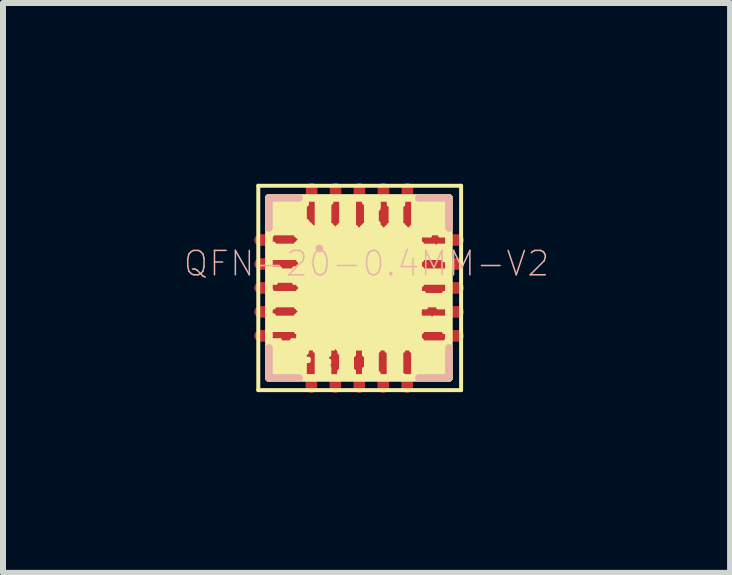
<source format=kicad_pcb>
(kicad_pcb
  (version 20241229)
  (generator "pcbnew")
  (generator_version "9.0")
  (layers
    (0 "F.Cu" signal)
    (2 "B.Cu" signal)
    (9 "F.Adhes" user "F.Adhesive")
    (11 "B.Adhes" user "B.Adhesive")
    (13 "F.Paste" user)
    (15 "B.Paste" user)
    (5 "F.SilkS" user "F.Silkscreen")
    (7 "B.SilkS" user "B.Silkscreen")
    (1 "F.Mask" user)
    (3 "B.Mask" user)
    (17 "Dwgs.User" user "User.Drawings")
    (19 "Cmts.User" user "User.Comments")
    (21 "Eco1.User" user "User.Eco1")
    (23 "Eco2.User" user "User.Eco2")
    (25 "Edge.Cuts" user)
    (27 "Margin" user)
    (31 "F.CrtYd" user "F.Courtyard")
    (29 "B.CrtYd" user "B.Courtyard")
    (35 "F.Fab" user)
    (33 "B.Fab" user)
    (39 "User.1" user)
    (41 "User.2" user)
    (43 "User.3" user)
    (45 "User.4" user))
  (footprint "QFN-20-0.4MM-V2"
    (layer "F.Cu")
    (at 2.928 1.746)
    (property "Reference" "QFN-20-0.4MM-V2" (at 0.127 -0.406 0) (layer "B.SilkS") (effects (font (size 0.406 0.406) (thickness 0.025))))
    (attr smd)
    (fp_line (start -1.676 -1.702) (end 1.702 -1.702) (stroke (width 0.066) (type solid)) (layer "F.SilkS"))
    (fp_line (start -1.676 1.702) (end -1.676 -1.702) (stroke (width 0.066) (type solid)) (layer "F.SilkS"))
    (fp_line (start -1.676 1.702) (end 1.702 1.702) (stroke (width 0.066) (type solid)) (layer "F.SilkS"))
    (fp_line (start -1.499 1.499) (end -1.499 -1.499) (stroke (width 0.127) (type solid)) (layer "F.SilkS"))
    (fp_line (start -1.499 1.499) (end 1.499 1.499) (stroke (width 0.127) (type solid)) (layer "F.SilkS"))
    (fp_line (start -1.488 -1.458) (end -0.871 -1.458) (stroke (width 0.066) (type solid)) (layer "F.SilkS"))
    (fp_line (start -1.488 -1.422) (end -1.488 -1.458) (stroke (width 0.066) (type solid)) (layer "F.SilkS"))
    (fp_line (start -1.488 -1.422) (end -0.871 -1.422) (stroke (width 0.066) (type solid)) (layer "F.SilkS"))
    (fp_line (start -1.488 -1.422) (end -0.871 -1.422) (stroke (width 0.066) (type solid)) (layer "F.SilkS"))
    (fp_line (start -1.488 -1.389) (end -1.488 -1.422) (stroke (width 0.066) (type solid)) (layer "F.SilkS"))
    (fp_line (start -1.488 -1.389) (end -0.907 -1.389) (stroke (width 0.066) (type solid)) (layer "F.SilkS"))
    (fp_line (start -1.488 -1.389) (end -0.871 -1.389) (stroke (width 0.066) (type solid)) (layer "F.SilkS"))
    (fp_line (start -1.488 -1.354) (end -1.488 -1.389) (stroke (width 0.066) (type solid)) (layer "F.SilkS"))
    (fp_line (start -1.488 -1.354) (end -0.907 -1.354) (stroke (width 0.066) (type solid)) (layer "F.SilkS"))
    (fp_line (start -1.488 -1.354) (end -0.907 -1.354) (stroke (width 0.066) (type solid)) (layer "F.SilkS"))
    (fp_line (start -1.488 -1.321) (end -1.488 -1.354) (stroke (width 0.066) (type solid)) (layer "F.SilkS"))
    (fp_line (start -1.488 -1.321) (end -0.907 -1.321) (stroke (width 0.066) (type solid)) (layer "F.SilkS"))
    (fp_line (start -1.488 -1.321) (end -0.907 -1.321) (stroke (width 0.066) (type solid)) (layer "F.SilkS"))
    (fp_line (start -1.488 -1.285) (end -1.488 -1.321) (stroke (width 0.066) (type solid)) (layer "F.SilkS"))
    (fp_line (start -1.488 -1.285) (end -0.907 -1.285) (stroke (width 0.066) (type solid)) (layer "F.SilkS"))
    (fp_line (start -1.488 -1.285) (end -0.907 -1.285) (stroke (width 0.066) (type solid)) (layer "F.SilkS"))
    (fp_line (start -1.488 -1.252) (end -1.488 -1.285) (stroke (width 0.066) (type solid)) (layer "F.SilkS"))
    (fp_line (start -1.488 -1.252) (end -0.907 -1.252) (stroke (width 0.066) (type solid)) (layer "F.SilkS"))
    (fp_line (start -1.488 -1.252) (end -0.907 -1.252) (stroke (width 0.066) (type solid)) (layer "F.SilkS"))
    (fp_line (start -1.488 -1.217) (end -1.488 -1.252) (stroke (width 0.066) (type solid)) (layer "F.SilkS"))
    (fp_line (start -1.488 -1.217) (end -0.907 -1.217) (stroke (width 0.066) (type solid)) (layer "F.SilkS"))
    (fp_line (start -1.488 -1.217) (end -0.907 -1.217) (stroke (width 0.066) (type solid)) (layer "F.SilkS"))
    (fp_line (start -1.488 -1.184) (end -1.488 -1.217) (stroke (width 0.066) (type solid)) (layer "F.SilkS"))
    (fp_line (start -1.488 -1.184) (end -0.907 -1.184) (stroke (width 0.066) (type solid)) (layer "F.SilkS"))
    (fp_line (start -1.488 -1.184) (end -0.907 -1.184) (stroke (width 0.066) (type solid)) (layer "F.SilkS"))
    (fp_line (start -1.488 -1.148) (end -1.488 -1.184) (stroke (width 0.066) (type solid)) (layer "F.SilkS"))
    (fp_line (start -1.488 -1.148) (end -0.907 -1.148) (stroke (width 0.066) (type solid)) (layer "F.SilkS"))
    (fp_line (start -1.488 -1.148) (end -0.907 -1.148) (stroke (width 0.066) (type solid)) (layer "F.SilkS"))
    (fp_line (start -1.488 -1.115) (end -1.488 -1.148) (stroke (width 0.066) (type solid)) (layer "F.SilkS"))
    (fp_line (start -1.488 -1.115) (end -0.907 -1.115) (stroke (width 0.066) (type solid)) (layer "F.SilkS"))
    (fp_line (start -1.488 -1.115) (end -0.871 -1.115) (stroke (width 0.066) (type solid)) (layer "F.SilkS"))
    (fp_line (start -1.488 -1.079) (end -1.488 -1.115) (stroke (width 0.066) (type solid)) (layer "F.SilkS"))
    (fp_line (start -1.488 -1.079) (end -0.871 -1.079) (stroke (width 0.066) (type solid)) (layer "F.SilkS"))
    (fp_line (start -1.488 -1.079) (end -0.838 -1.079) (stroke (width 0.066) (type solid)) (layer "F.SilkS"))
    (fp_line (start -1.488 -1.046) (end -1.488 -1.079) (stroke (width 0.066) (type solid)) (layer "F.SilkS"))
    (fp_line (start -1.488 -1.046) (end -0.838 -1.046) (stroke (width 0.066) (type solid)) (layer "F.SilkS"))
    (fp_line (start -1.488 -1.046) (end -0.803 -1.046) (stroke (width 0.066) (type solid)) (layer "F.SilkS"))
    (fp_line (start -1.488 -1.011) (end -1.488 -1.046) (stroke (width 0.066) (type solid)) (layer "F.SilkS"))
    (fp_line (start -1.488 -1.011) (end -0.803 -1.011) (stroke (width 0.066) (type solid)) (layer "F.SilkS"))
    (fp_line (start -1.488 -1.011) (end -0.427 -1.011) (stroke (width 0.066) (type solid)) (layer "F.SilkS"))
    (fp_line (start -1.488 -0.978) (end -1.488 -1.011) (stroke (width 0.066) (type solid)) (layer "F.SilkS"))
    (fp_line (start -1.488 -0.978) (end -0.427 -0.978) (stroke (width 0.066) (type solid)) (layer "F.SilkS"))
    (fp_line (start -1.488 -0.978) (end 1.491 -0.978) (stroke (width 0.066) (type solid)) (layer "F.SilkS"))
    (fp_line (start -1.488 -0.942) (end -1.488 -0.978) (stroke (width 0.066) (type solid)) (layer "F.SilkS"))
    (fp_line (start -1.488 -0.942) (end 1.491 -0.942) (stroke (width 0.066) (type solid)) (layer "F.SilkS"))
    (fp_line (start -1.488 -0.909) (end -1.455 -0.909) (stroke (width 0.066) (type solid)) (layer "F.SilkS"))
    (fp_line (start -1.488 -0.874) (end -1.488 -0.909) (stroke (width 0.066) (type solid)) (layer "F.SilkS"))
    (fp_line (start -1.488 -0.874) (end -1.455 -0.874) (stroke (width 0.066) (type solid)) (layer "F.SilkS"))
    (fp_line (start -1.488 -0.737) (end -1.42 -0.737) (stroke (width 0.066) (type solid)) (layer "F.SilkS"))
    (fp_line (start -1.488 -0.704) (end -1.488 -0.737) (stroke (width 0.066) (type solid)) (layer "F.SilkS"))
    (fp_line (start -1.488 -0.704) (end -1.42 -0.704) (stroke (width 0.066) (type solid)) (layer "F.SilkS"))
    (fp_line (start -1.488 -0.704) (end 1.252 -0.704) (stroke (width 0.066) (type solid)) (layer "F.SilkS"))
    (fp_line (start -1.488 -0.668) (end -1.488 -0.704) (stroke (width 0.066) (type solid)) (layer "F.SilkS"))
    (fp_line (start -1.488 -0.668) (end 1.252 -0.668) (stroke (width 0.066) (type solid)) (layer "F.SilkS"))
    (fp_line (start -1.488 -0.668) (end 1.491 -0.668) (stroke (width 0.066) (type solid)) (layer "F.SilkS"))
    (fp_line (start -1.488 -0.635) (end -1.488 -0.668) (stroke (width 0.066) (type solid)) (layer "F.SilkS"))
    (fp_line (start -1.488 -0.635) (end 1.458 -0.635) (stroke (width 0.066) (type solid)) (layer "F.SilkS"))
    (fp_line (start -1.488 -0.635) (end 1.491 -0.635) (stroke (width 0.066) (type solid)) (layer "F.SilkS"))
    (fp_line (start -1.488 -0.599) (end -1.488 -0.635) (stroke (width 0.066) (type solid)) (layer "F.SilkS"))
    (fp_line (start -1.488 -0.599) (end 1.458 -0.599) (stroke (width 0.066) (type solid)) (layer "F.SilkS"))
    (fp_line (start -1.488 -0.599) (end 1.491 -0.599) (stroke (width 0.066) (type solid)) (layer "F.SilkS"))
    (fp_line (start -1.488 -0.566) (end -1.488 -0.599) (stroke (width 0.066) (type solid)) (layer "F.SilkS"))
    (fp_line (start -1.488 -0.566) (end 1.491 -0.566) (stroke (width 0.066) (type solid)) (layer "F.SilkS"))
    (fp_line (start -1.488 -0.566) (end 1.491 -0.566) (stroke (width 0.066) (type solid)) (layer "F.SilkS"))
    (fp_line (start -1.488 -0.531) (end -1.488 -0.566) (stroke (width 0.066) (type solid)) (layer "F.SilkS"))
    (fp_line (start -1.488 -0.531) (end 1.491 -0.531) (stroke (width 0.066) (type solid)) (layer "F.SilkS"))
    (fp_line (start -1.488 -0.531) (end 1.491 -0.531) (stroke (width 0.066) (type solid)) (layer "F.SilkS"))
    (fp_line (start -1.488 -0.498) (end -1.488 -0.531) (stroke (width 0.066) (type solid)) (layer "F.SilkS"))
    (fp_line (start -1.488 -0.498) (end 1.491 -0.498) (stroke (width 0.066) (type solid)) (layer "F.SilkS"))
    (fp_line (start -1.488 -0.325) (end -1.318 -0.325) (stroke (width 0.066) (type solid)) (layer "F.SilkS"))
    (fp_line (start -1.488 -0.292) (end -1.488 -0.325) (stroke (width 0.066) (type solid)) (layer "F.SilkS"))
    (fp_line (start -1.488 -0.292) (end -1.318 -0.292) (stroke (width 0.066) (type solid)) (layer "F.SilkS"))
    (fp_line (start -1.488 -0.292) (end 1.491 -0.292) (stroke (width 0.066) (type solid)) (layer "F.SilkS"))
    (fp_line (start -1.488 -0.257) (end -1.488 -0.292) (stroke (width 0.066) (type solid)) (layer "F.SilkS"))
    (fp_line (start -1.488 -0.257) (end 1.491 -0.257) (stroke (width 0.066) (type solid)) (layer "F.SilkS"))
    (fp_line (start -1.488 -0.257) (end 1.491 -0.257) (stroke (width 0.066) (type solid)) (layer "F.SilkS"))
    (fp_line (start -1.488 -0.224) (end -1.488 -0.257) (stroke (width 0.066) (type solid)) (layer "F.SilkS"))
    (fp_line (start -1.488 -0.224) (end 1.491 -0.224) (stroke (width 0.066) (type solid)) (layer "F.SilkS"))
    (fp_line (start -1.488 -0.224) (end 1.491 -0.224) (stroke (width 0.066) (type solid)) (layer "F.SilkS"))
    (fp_line (start -1.488 -0.188) (end -1.488 -0.224) (stroke (width 0.066) (type solid)) (layer "F.SilkS"))
    (fp_line (start -1.488 -0.188) (end 1.491 -0.188) (stroke (width 0.066) (type solid)) (layer "F.SilkS"))
    (fp_line (start -1.488 -0.188) (end 1.491 -0.188) (stroke (width 0.066) (type solid)) (layer "F.SilkS"))
    (fp_line (start -1.488 -0.155) (end -1.488 -0.188) (stroke (width 0.066) (type solid)) (layer "F.SilkS"))
    (fp_line (start -1.488 -0.155) (end 1.491 -0.155) (stroke (width 0.066) (type solid)) (layer "F.SilkS"))
    (fp_line (start -1.488 -0.155) (end 1.491 -0.155) (stroke (width 0.066) (type solid)) (layer "F.SilkS"))
    (fp_line (start -1.488 -0.119) (end -1.488 -0.155) (stroke (width 0.066) (type solid)) (layer "F.SilkS"))
    (fp_line (start -1.488 -0.119) (end -1.387 -0.119) (stroke (width 0.066) (type solid)) (layer "F.SilkS"))
    (fp_line (start -1.488 -0.119) (end 1.491 -0.119) (stroke (width 0.066) (type solid)) (layer "F.SilkS"))
    (fp_line (start -1.488 -0.086) (end -1.488 -0.119) (stroke (width 0.066) (type solid)) (layer "F.SilkS"))
    (fp_line (start -1.488 -0.086) (end -1.387 -0.086) (stroke (width 0.066) (type solid)) (layer "F.SilkS"))
    (fp_line (start -1.488 0.048) (end -1.455 0.048) (stroke (width 0.066) (type solid)) (layer "F.SilkS"))
    (fp_line (start -1.488 0.084) (end -1.488 0.048) (stroke (width 0.066) (type solid)) (layer "F.SilkS"))
    (fp_line (start -1.488 0.084) (end -1.455 0.084) (stroke (width 0.066) (type solid)) (layer "F.SilkS"))
    (fp_line (start -1.488 0.084) (end 1.079 0.084) (stroke (width 0.066) (type solid)) (layer "F.SilkS"))
    (fp_line (start -1.488 0.117) (end -1.488 0.084) (stroke (width 0.066) (type solid)) (layer "F.SilkS"))
    (fp_line (start -1.488 0.117) (end 1.079 0.117) (stroke (width 0.066) (type solid)) (layer "F.SilkS"))
    (fp_line (start -1.488 0.117) (end 1.491 0.117) (stroke (width 0.066) (type solid)) (layer "F.SilkS"))
    (fp_line (start -1.488 0.152) (end -1.488 0.117) (stroke (width 0.066) (type solid)) (layer "F.SilkS"))
    (fp_line (start -1.488 0.152) (end 1.491 0.152) (stroke (width 0.066) (type solid)) (layer "F.SilkS"))
    (fp_line (start -1.488 0.152) (end 1.491 0.152) (stroke (width 0.066) (type solid)) (layer "F.SilkS"))
    (fp_line (start -1.488 0.185) (end -1.488 0.152) (stroke (width 0.066) (type solid)) (layer "F.SilkS"))
    (fp_line (start -1.488 0.185) (end 1.491 0.185) (stroke (width 0.066) (type solid)) (layer "F.SilkS"))
    (fp_line (start -1.488 0.185) (end 1.491 0.185) (stroke (width 0.066) (type solid)) (layer "F.SilkS"))
    (fp_line (start -1.488 0.221) (end -1.488 0.185) (stroke (width 0.066) (type solid)) (layer "F.SilkS"))
    (fp_line (start -1.488 0.221) (end 1.491 0.221) (stroke (width 0.066) (type solid)) (layer "F.SilkS"))
    (fp_line (start -1.488 0.221) (end 1.491 0.221) (stroke (width 0.066) (type solid)) (layer "F.SilkS"))
    (fp_line (start -1.488 0.254) (end -1.488 0.221) (stroke (width 0.066) (type solid)) (layer "F.SilkS"))
    (fp_line (start -1.488 0.254) (end 1.491 0.254) (stroke (width 0.066) (type solid)) (layer "F.SilkS"))
    (fp_line (start -1.488 0.254) (end 1.491 0.254) (stroke (width 0.066) (type solid)) (layer "F.SilkS"))
    (fp_line (start -1.488 0.29) (end -1.488 0.254) (stroke (width 0.066) (type solid)) (layer "F.SilkS"))
    (fp_line (start -1.488 0.29) (end 1.491 0.29) (stroke (width 0.066) (type solid)) (layer "F.SilkS"))
    (fp_line (start -1.488 0.46) (end -1.42 0.46) (stroke (width 0.066) (type solid)) (layer "F.SilkS"))
    (fp_line (start -1.488 0.495) (end -1.488 0.46) (stroke (width 0.066) (type solid)) (layer "F.SilkS"))
    (fp_line (start -1.488 0.495) (end -1.42 0.495) (stroke (width 0.066) (type solid)) (layer "F.SilkS"))
    (fp_line (start -1.488 0.495) (end 1.184 0.495) (stroke (width 0.066) (type solid)) (layer "F.SilkS"))
    (fp_line (start -1.488 0.528) (end -1.488 0.495) (stroke (width 0.066) (type solid)) (layer "F.SilkS"))
    (fp_line (start -1.488 0.528) (end 1.184 0.528) (stroke (width 0.066) (type solid)) (layer "F.SilkS"))
    (fp_line (start -1.488 0.528) (end 1.491 0.528) (stroke (width 0.066) (type solid)) (layer "F.SilkS"))
    (fp_line (start -1.488 0.564) (end -1.488 0.528) (stroke (width 0.066) (type solid)) (layer "F.SilkS"))
    (fp_line (start -1.488 0.564) (end 1.491 0.564) (stroke (width 0.066) (type solid)) (layer "F.SilkS"))
    (fp_line (start -1.488 0.564) (end 1.491 0.564) (stroke (width 0.066) (type solid)) (layer "F.SilkS"))
    (fp_line (start -1.488 0.597) (end -1.488 0.564) (stroke (width 0.066) (type solid)) (layer "F.SilkS"))
    (fp_line (start -1.488 0.597) (end 1.491 0.597) (stroke (width 0.066) (type solid)) (layer "F.SilkS"))
    (fp_line (start -1.488 0.597) (end 1.491 0.597) (stroke (width 0.066) (type solid)) (layer "F.SilkS"))
    (fp_line (start -1.488 0.632) (end -1.488 0.597) (stroke (width 0.066) (type solid)) (layer "F.SilkS"))
    (fp_line (start -1.488 0.632) (end 1.491 0.632) (stroke (width 0.066) (type solid)) (layer "F.SilkS"))
    (fp_line (start -1.488 0.632) (end 1.491 0.632) (stroke (width 0.066) (type solid)) (layer "F.SilkS"))
    (fp_line (start -1.488 0.665) (end -1.488 0.632) (stroke (width 0.066) (type solid)) (layer "F.SilkS"))
    (fp_line (start -1.488 0.665) (end 1.491 0.665) (stroke (width 0.066) (type solid)) (layer "F.SilkS"))
    (fp_line (start -1.488 0.665) (end 1.491 0.665) (stroke (width 0.066) (type solid)) (layer "F.SilkS"))
    (fp_line (start -1.488 0.701) (end -1.488 0.665) (stroke (width 0.066) (type solid)) (layer "F.SilkS"))
    (fp_line (start -1.488 0.701) (end 1.491 0.701) (stroke (width 0.066) (type solid)) (layer "F.SilkS"))
    (fp_line (start -1.488 0.871) (end -1.318 0.871) (stroke (width 0.066) (type solid)) (layer "F.SilkS"))
    (fp_line (start -1.488 0.907) (end -1.488 0.871) (stroke (width 0.066) (type solid)) (layer "F.SilkS"))
    (fp_line (start -1.488 0.907) (end -1.318 0.907) (stroke (width 0.066) (type solid)) (layer "F.SilkS"))
    (fp_line (start -1.488 0.907) (end 1.491 0.907) (stroke (width 0.066) (type solid)) (layer "F.SilkS"))
    (fp_line (start -1.488 0.94) (end -1.488 0.907) (stroke (width 0.066) (type solid)) (layer "F.SilkS"))
    (fp_line (start -1.488 0.94) (end 1.491 0.94) (stroke (width 0.066) (type solid)) (layer "F.SilkS"))
    (fp_line (start -1.488 0.94) (end 1.491 0.94) (stroke (width 0.066) (type solid)) (layer "F.SilkS"))
    (fp_line (start -1.488 0.975) (end -1.488 0.94) (stroke (width 0.066) (type solid)) (layer "F.SilkS"))
    (fp_line (start -1.488 0.975) (end -0.427 0.975) (stroke (width 0.066) (type solid)) (layer "F.SilkS"))
    (fp_line (start -1.488 0.975) (end 1.491 0.975) (stroke (width 0.066) (type solid)) (layer "F.SilkS"))
    (fp_line (start -1.488 1.008) (end -1.488 0.975) (stroke (width 0.066) (type solid)) (layer "F.SilkS"))
    (fp_line (start -1.488 1.008) (end -0.871 1.008) (stroke (width 0.066) (type solid)) (layer "F.SilkS"))
    (fp_line (start -1.488 1.008) (end -0.427 1.008) (stroke (width 0.066) (type solid)) (layer "F.SilkS"))
    (fp_line (start -1.488 1.044) (end -1.488 1.008) (stroke (width 0.066) (type solid)) (layer "F.SilkS"))
    (fp_line (start -1.488 1.044) (end -0.871 1.044) (stroke (width 0.066) (type solid)) (layer "F.SilkS"))
    (fp_line (start -1.488 1.044) (end -0.871 1.044) (stroke (width 0.066) (type solid)) (layer "F.SilkS"))
    (fp_line (start -1.488 1.077) (end -1.488 1.044) (stroke (width 0.066) (type solid)) (layer "F.SilkS"))
    (fp_line (start -1.488 1.077) (end -0.907 1.077) (stroke (width 0.066) (type solid)) (layer "F.SilkS"))
    (fp_line (start -1.488 1.077) (end -0.871 1.077) (stroke (width 0.066) (type solid)) (layer "F.SilkS"))
    (fp_line (start -1.488 1.113) (end -1.488 1.077) (stroke (width 0.066) (type solid)) (layer "F.SilkS"))
    (fp_line (start -1.488 1.113) (end -0.907 1.113) (stroke (width 0.066) (type solid)) (layer "F.SilkS"))
    (fp_line (start -1.488 1.113) (end -0.907 1.113) (stroke (width 0.066) (type solid)) (layer "F.SilkS"))
    (fp_line (start -1.488 1.146) (end -1.488 1.113) (stroke (width 0.066) (type solid)) (layer "F.SilkS"))
    (fp_line (start -1.488 1.146) (end -0.907 1.146) (stroke (width 0.066) (type solid)) (layer "F.SilkS"))
    (fp_line (start -1.488 1.146) (end -0.907 1.146) (stroke (width 0.066) (type solid)) (layer "F.SilkS"))
    (fp_line (start -1.488 1.181) (end -1.488 1.146) (stroke (width 0.066) (type solid)) (layer "F.SilkS"))
    (fp_line (start -1.488 1.181) (end -0.907 1.181) (stroke (width 0.066) (type solid)) (layer "F.SilkS"))
    (fp_line (start -1.488 1.181) (end -0.907 1.181) (stroke (width 0.066) (type solid)) (layer "F.SilkS"))
    (fp_line (start -1.488 1.214) (end -1.488 1.181) (stroke (width 0.066) (type solid)) (layer "F.SilkS"))
    (fp_line (start -1.488 1.214) (end -0.907 1.214) (stroke (width 0.066) (type solid)) (layer "F.SilkS"))
    (fp_line (start -1.488 1.214) (end -0.907 1.214) (stroke (width 0.066) (type solid)) (layer "F.SilkS"))
    (fp_line (start -1.488 1.25) (end -1.488 1.214) (stroke (width 0.066) (type solid)) (layer "F.SilkS"))
    (fp_line (start -1.488 1.25) (end -0.907 1.25) (stroke (width 0.066) (type solid)) (layer "F.SilkS"))
    (fp_line (start -1.488 1.25) (end -0.907 1.25) (stroke (width 0.066) (type solid)) (layer "F.SilkS"))
    (fp_line (start -1.488 1.283) (end -1.488 1.25) (stroke (width 0.066) (type solid)) (layer "F.SilkS"))
    (fp_line (start -1.488 1.283) (end -0.907 1.283) (stroke (width 0.066) (type solid)) (layer "F.SilkS"))
    (fp_line (start -1.488 1.283) (end -0.907 1.283) (stroke (width 0.066) (type solid)) (layer "F.SilkS"))
    (fp_line (start -1.488 1.318) (end -1.488 1.283) (stroke (width 0.066) (type solid)) (layer "F.SilkS"))
    (fp_line (start -1.488 1.318) (end -0.907 1.318) (stroke (width 0.066) (type solid)) (layer "F.SilkS"))
    (fp_line (start -1.488 1.318) (end -0.907 1.318) (stroke (width 0.066) (type solid)) (layer "F.SilkS"))
    (fp_line (start -1.488 1.351) (end -1.488 1.318) (stroke (width 0.066) (type solid)) (layer "F.SilkS"))
    (fp_line (start -1.488 1.351) (end -0.907 1.351) (stroke (width 0.066) (type solid)) (layer "F.SilkS"))
    (fp_line (start -1.488 1.351) (end -0.907 1.351) (stroke (width 0.066) (type solid)) (layer "F.SilkS"))
    (fp_line (start -1.488 1.387) (end -1.488 1.351) (stroke (width 0.066) (type solid)) (layer "F.SilkS"))
    (fp_line (start -1.488 1.387) (end -0.907 1.387) (stroke (width 0.066) (type solid)) (layer "F.SilkS"))
    (fp_line (start -1.488 1.387) (end -0.907 1.387) (stroke (width 0.066) (type solid)) (layer "F.SilkS"))
    (fp_line (start -1.488 1.42) (end -1.488 1.387) (stroke (width 0.066) (type solid)) (layer "F.SilkS"))
    (fp_line (start -1.488 1.42) (end -0.907 1.42) (stroke (width 0.066) (type solid)) (layer "F.SilkS"))
    (fp_line (start -1.488 1.42) (end -0.907 1.42) (stroke (width 0.066) (type solid)) (layer "F.SilkS"))
    (fp_line (start -1.488 1.455) (end -1.488 1.42) (stroke (width 0.066) (type solid)) (layer "F.SilkS"))
    (fp_line (start -1.488 1.455) (end -0.907 1.455) (stroke (width 0.066) (type solid)) (layer "F.SilkS"))
    (fp_line (start -1.488 1.455) (end -0.907 1.455) (stroke (width 0.066) (type solid)) (layer "F.SilkS"))
    (fp_line (start -1.488 1.488) (end -1.488 1.455) (stroke (width 0.066) (type solid)) (layer "F.SilkS"))
    (fp_line (start -1.488 1.488) (end -0.907 1.488) (stroke (width 0.066) (type solid)) (layer "F.SilkS"))
    (fp_line (start -1.455 -0.942) (end 1.491 -0.942) (stroke (width 0.066) (type solid)) (layer "F.SilkS"))
    (fp_line (start -1.455 -0.909) (end -1.455 -0.942) (stroke (width 0.066) (type solid)) (layer "F.SilkS"))
    (fp_line (start -1.455 -0.909) (end 1.491 -0.909) (stroke (width 0.066) (type solid)) (layer "F.SilkS"))
    (fp_line (start -1.455 -0.874) (end -1.455 -0.909) (stroke (width 0.066) (type solid)) (layer "F.SilkS"))
    (fp_line (start -1.455 0.084) (end -1.455 0.048) (stroke (width 0.066) (type solid)) (layer "F.SilkS"))
    (fp_line (start -1.455 0.29) (end -1.42 0.29) (stroke (width 0.066) (type solid)) (layer "F.SilkS"))
    (fp_line (start -1.455 0.323) (end -1.455 0.29) (stroke (width 0.066) (type solid)) (layer "F.SilkS"))
    (fp_line (start -1.455 0.323) (end -1.42 0.323) (stroke (width 0.066) (type solid)) (layer "F.SilkS"))
    (fp_line (start -1.42 -0.704) (end -1.42 -0.737) (stroke (width 0.066) (type solid)) (layer "F.SilkS"))
    (fp_line (start -1.42 0.323) (end -1.42 0.29) (stroke (width 0.066) (type solid)) (layer "F.SilkS"))
    (fp_line (start -1.42 0.495) (end -1.42 0.46) (stroke (width 0.066) (type solid)) (layer "F.SilkS"))
    (fp_line (start -1.387 -0.086) (end -1.387 -0.119) (stroke (width 0.066) (type solid)) (layer "F.SilkS"))
    (fp_line (start -1.318 -0.292) (end -1.318 -0.325) (stroke (width 0.066) (type solid)) (layer "F.SilkS"))
    (fp_line (start -1.318 0.907) (end -1.318 0.871) (stroke (width 0.066) (type solid)) (layer "F.SilkS"))
    (fp_line (start -1.113 0.871) (end 1.046 0.871) (stroke (width 0.066) (type solid)) (layer "F.SilkS"))
    (fp_line (start -1.113 0.907) (end -1.113 0.871) (stroke (width 0.066) (type solid)) (layer "F.SilkS"))
    (fp_line (start -1.113 0.907) (end 1.046 0.907) (stroke (width 0.066) (type solid)) (layer "F.SilkS"))
    (fp_line (start -1.077 -0.325) (end 1.046 -0.325) (stroke (width 0.066) (type solid)) (layer "F.SilkS"))
    (fp_line (start -1.077 -0.292) (end -1.077 -0.325) (stroke (width 0.066) (type solid)) (layer "F.SilkS"))
    (fp_line (start -1.077 -0.292) (end 1.046 -0.292) (stroke (width 0.066) (type solid)) (layer "F.SilkS"))
    (fp_line (start -1.077 -0.119) (end 1.458 -0.119) (stroke (width 0.066) (type solid)) (layer "F.SilkS"))
    (fp_line (start -1.077 -0.086) (end -1.077 -0.119) (stroke (width 0.066) (type solid)) (layer "F.SilkS"))
    (fp_line (start -1.077 -0.086) (end 1.458 -0.086) (stroke (width 0.066) (type solid)) (layer "F.SilkS"))
    (fp_line (start -1.044 -0.909) (end 1.184 -0.909) (stroke (width 0.066) (type solid)) (layer "F.SilkS"))
    (fp_line (start -1.044 -0.874) (end -1.044 -0.909) (stroke (width 0.066) (type solid)) (layer "F.SilkS"))
    (fp_line (start -1.044 -0.874) (end 1.184 -0.874) (stroke (width 0.066) (type solid)) (layer "F.SilkS"))
    (fp_line (start -1.044 -0.737) (end 1.046 -0.737) (stroke (width 0.066) (type solid)) (layer "F.SilkS"))
    (fp_line (start -1.044 -0.704) (end -1.044 -0.737) (stroke (width 0.066) (type solid)) (layer "F.SilkS"))
    (fp_line (start -1.044 -0.704) (end 1.046 -0.704) (stroke (width 0.066) (type solid)) (layer "F.SilkS"))
    (fp_line (start -1.044 0.29) (end 1.115 0.29) (stroke (width 0.066) (type solid)) (layer "F.SilkS"))
    (fp_line (start -1.044 0.323) (end -1.044 0.29) (stroke (width 0.066) (type solid)) (layer "F.SilkS"))
    (fp_line (start -1.044 0.323) (end 1.115 0.323) (stroke (width 0.066) (type solid)) (layer "F.SilkS"))
    (fp_line (start -1.044 0.46) (end 1.011 0.46) (stroke (width 0.066) (type solid)) (layer "F.SilkS"))
    (fp_line (start -1.044 0.495) (end -1.044 0.46) (stroke (width 0.066) (type solid)) (layer "F.SilkS"))
    (fp_line (start -1.044 0.495) (end 1.011 0.495) (stroke (width 0.066) (type solid)) (layer "F.SilkS"))
    (fp_line (start -1.044 0.701) (end 1.046 0.701) (stroke (width 0.066) (type solid)) (layer "F.SilkS"))
    (fp_line (start -1.044 0.734) (end -1.044 0.701) (stroke (width 0.066) (type solid)) (layer "F.SilkS"))
    (fp_line (start -1.044 0.734) (end 1.046 0.734) (stroke (width 0.066) (type solid)) (layer "F.SilkS"))
    (fp_line (start -1.008 -0.874) (end 1.011 -0.874) (stroke (width 0.066) (type solid)) (layer "F.SilkS"))
    (fp_line (start -1.008 -0.841) (end -1.008 -0.874) (stroke (width 0.066) (type solid)) (layer "F.SilkS"))
    (fp_line (start -1.008 -0.841) (end 1.011 -0.841) (stroke (width 0.066) (type solid)) (layer "F.SilkS"))
    (fp_line (start -1.008 -0.772) (end 1.011 -0.772) (stroke (width 0.066) (type solid)) (layer "F.SilkS"))
    (fp_line (start -1.008 -0.737) (end -1.008 -0.772) (stroke (width 0.066) (type solid)) (layer "F.SilkS"))
    (fp_line (start -1.008 -0.737) (end 1.011 -0.737) (stroke (width 0.066) (type solid)) (layer "F.SilkS"))
    (fp_line (start -1.008 -0.498) (end 1.046 -0.498) (stroke (width 0.066) (type solid)) (layer "F.SilkS"))
    (fp_line (start -1.008 -0.462) (end -1.008 -0.498) (stroke (width 0.066) (type solid)) (layer "F.SilkS"))
    (fp_line (start -1.008 -0.462) (end 1.046 -0.462) (stroke (width 0.066) (type solid)) (layer "F.SilkS"))
    (fp_line (start -1.008 -0.361) (end 1.011 -0.361) (stroke (width 0.066) (type solid)) (layer "F.SilkS"))
    (fp_line (start -1.008 -0.325) (end -1.008 -0.361) (stroke (width 0.066) (type solid)) (layer "F.SilkS"))
    (fp_line (start -1.008 -0.325) (end 1.011 -0.325) (stroke (width 0.066) (type solid)) (layer "F.SilkS"))
    (fp_line (start -1.008 -0.086) (end 1.046 -0.086) (stroke (width 0.066) (type solid)) (layer "F.SilkS"))
    (fp_line (start -1.008 -0.051) (end -1.008 -0.086) (stroke (width 0.066) (type solid)) (layer "F.SilkS"))
    (fp_line (start -1.008 -0.051) (end 1.046 -0.051) (stroke (width 0.066) (type solid)) (layer "F.SilkS"))
    (fp_line (start -1.008 0.048) (end 1.011 0.048) (stroke (width 0.066) (type solid)) (layer "F.SilkS"))
    (fp_line (start -1.008 0.084) (end -1.008 0.048) (stroke (width 0.066) (type solid)) (layer "F.SilkS"))
    (fp_line (start -1.008 0.084) (end 1.011 0.084) (stroke (width 0.066) (type solid)) (layer "F.SilkS"))
    (fp_line (start -1.008 0.323) (end 1.011 0.323) (stroke (width 0.066) (type solid)) (layer "F.SilkS"))
    (fp_line (start -1.008 0.358) (end -1.008 0.323) (stroke (width 0.066) (type solid)) (layer "F.SilkS"))
    (fp_line (start -1.008 0.358) (end 1.011 0.358) (stroke (width 0.066) (type solid)) (layer "F.SilkS"))
    (fp_line (start -1.008 0.427) (end 1.011 0.427) (stroke (width 0.066) (type solid)) (layer "F.SilkS"))
    (fp_line (start -1.008 0.46) (end -1.008 0.427) (stroke (width 0.066) (type solid)) (layer "F.SilkS"))
    (fp_line (start -1.008 0.46) (end 1.011 0.46) (stroke (width 0.066) (type solid)) (layer "F.SilkS"))
    (fp_line (start -1.008 0.734) (end 1.011 0.734) (stroke (width 0.066) (type solid)) (layer "F.SilkS"))
    (fp_line (start -1.008 0.77) (end -1.008 0.734) (stroke (width 0.066) (type solid)) (layer "F.SilkS"))
    (fp_line (start -1.008 0.77) (end 1.011 0.77) (stroke (width 0.066) (type solid)) (layer "F.SilkS"))
    (fp_line (start -1.008 0.803) (end 1.011 0.803) (stroke (width 0.066) (type solid)) (layer "F.SilkS"))
    (fp_line (start -1.008 0.838) (end -1.008 0.803) (stroke (width 0.066) (type solid)) (layer "F.SilkS"))
    (fp_line (start -1.008 0.838) (end 1.011 0.838) (stroke (width 0.066) (type solid)) (layer "F.SilkS"))
    (fp_line (start -1.008 0.838) (end 1.011 0.838) (stroke (width 0.066) (type solid)) (layer "F.SilkS"))
    (fp_line (start -1.008 0.871) (end -1.008 0.838) (stroke (width 0.066) (type solid)) (layer "F.SilkS"))
    (fp_line (start -1.008 0.871) (end 1.011 0.871) (stroke (width 0.066) (type solid)) (layer "F.SilkS"))
    (fp_line (start -0.975 -0.841) (end 1.011 -0.841) (stroke (width 0.066) (type solid)) (layer "F.SilkS"))
    (fp_line (start -0.975 -0.805) (end -0.975 -0.841) (stroke (width 0.066) (type solid)) (layer "F.SilkS"))
    (fp_line (start -0.975 -0.805) (end 1.011 -0.805) (stroke (width 0.066) (type solid)) (layer "F.SilkS"))
    (fp_line (start -0.975 -0.805) (end 1.011 -0.805) (stroke (width 0.066) (type solid)) (layer "F.SilkS"))
    (fp_line (start -0.975 -0.772) (end -0.975 -0.805) (stroke (width 0.066) (type solid)) (layer "F.SilkS"))
    (fp_line (start -0.975 -0.772) (end 1.011 -0.772) (stroke (width 0.066) (type solid)) (layer "F.SilkS"))
    (fp_line (start -0.975 -0.462) (end 1.011 -0.462) (stroke (width 0.066) (type solid)) (layer "F.SilkS"))
    (fp_line (start -0.975 -0.429) (end -0.975 -0.462) (stroke (width 0.066) (type solid)) (layer "F.SilkS"))
    (fp_line (start -0.975 -0.429) (end 1.011 -0.429) (stroke (width 0.066) (type solid)) (layer "F.SilkS"))
    (fp_line (start -0.975 -0.429) (end 1.011 -0.429) (stroke (width 0.066) (type solid)) (layer "F.SilkS"))
    (fp_line (start -0.975 -0.394) (end -0.975 -0.429) (stroke (width 0.066) (type solid)) (layer "F.SilkS"))
    (fp_line (start -0.975 -0.394) (end 1.011 -0.394) (stroke (width 0.066) (type solid)) (layer "F.SilkS"))
    (fp_line (start -0.975 -0.394) (end 1.011 -0.394) (stroke (width 0.066) (type solid)) (layer "F.SilkS"))
    (fp_line (start -0.975 -0.361) (end -0.975 -0.394) (stroke (width 0.066) (type solid)) (layer "F.SilkS"))
    (fp_line (start -0.975 -0.361) (end 1.011 -0.361) (stroke (width 0.066) (type solid)) (layer "F.SilkS"))
    (fp_line (start -0.975 -0.051) (end 1.011 -0.051) (stroke (width 0.066) (type solid)) (layer "F.SilkS"))
    (fp_line (start -0.975 -0.018) (end -0.975 -0.051) (stroke (width 0.066) (type solid)) (layer "F.SilkS"))
    (fp_line (start -0.975 -0.018) (end 1.011 -0.018) (stroke (width 0.066) (type solid)) (layer "F.SilkS"))
    (fp_line (start -0.975 -0.018) (end 1.011 -0.018) (stroke (width 0.066) (type solid)) (layer "F.SilkS"))
    (fp_line (start -0.975 0.015) (end -0.975 -0.018) (stroke (width 0.066) (type solid)) (layer "F.SilkS"))
    (fp_line (start -0.975 0.015) (end 1.011 0.015) (stroke (width 0.066) (type solid)) (layer "F.SilkS"))
    (fp_line (start -0.975 0.015) (end 1.011 0.015) (stroke (width 0.066) (type solid)) (layer "F.SilkS"))
    (fp_line (start -0.975 0.048) (end -0.975 0.015) (stroke (width 0.066) (type solid)) (layer "F.SilkS"))
    (fp_line (start -0.975 0.048) (end 1.011 0.048) (stroke (width 0.066) (type solid)) (layer "F.SilkS"))
    (fp_line (start -0.975 0.358) (end 1.011 0.358) (stroke (width 0.066) (type solid)) (layer "F.SilkS"))
    (fp_line (start -0.975 0.391) (end -0.975 0.358) (stroke (width 0.066) (type solid)) (layer "F.SilkS"))
    (fp_line (start -0.975 0.391) (end 0.978 0.391) (stroke (width 0.066) (type solid)) (layer "F.SilkS"))
    (fp_line (start -0.975 0.391) (end 1.011 0.391) (stroke (width 0.066) (type solid)) (layer "F.SilkS"))
    (fp_line (start -0.975 0.427) (end -0.975 0.391) (stroke (width 0.066) (type solid)) (layer "F.SilkS"))
    (fp_line (start -0.975 0.427) (end 0.978 0.427) (stroke (width 0.066) (type solid)) (layer "F.SilkS"))
    (fp_line (start -0.975 0.77) (end 1.011 0.77) (stroke (width 0.066) (type solid)) (layer "F.SilkS"))
    (fp_line (start -0.975 0.803) (end -0.975 0.77) (stroke (width 0.066) (type solid)) (layer "F.SilkS"))
    (fp_line (start -0.975 0.803) (end 1.011 0.803) (stroke (width 0.066) (type solid)) (layer "F.SilkS"))
    (fp_line (start -0.907 -1.354) (end -0.907 -1.389) (stroke (width 0.066) (type solid)) (layer "F.SilkS"))
    (fp_line (start -0.907 -1.321) (end -0.907 -1.354) (stroke (width 0.066) (type solid)) (layer "F.SilkS"))
    (fp_line (start -0.907 -1.285) (end -0.907 -1.321) (stroke (width 0.066) (type solid)) (layer "F.SilkS"))
    (fp_line (start -0.907 -1.252) (end -0.907 -1.285) (stroke (width 0.066) (type solid)) (layer "F.SilkS"))
    (fp_line (start -0.907 -1.217) (end -0.907 -1.252) (stroke (width 0.066) (type solid)) (layer "F.SilkS"))
    (fp_line (start -0.907 -1.184) (end -0.907 -1.217) (stroke (width 0.066) (type solid)) (layer "F.SilkS"))
    (fp_line (start -0.907 -1.148) (end -0.907 -1.184) (stroke (width 0.066) (type solid)) (layer "F.SilkS"))
    (fp_line (start -0.907 -1.115) (end -0.907 -1.148) (stroke (width 0.066) (type solid)) (layer "F.SilkS"))
    (fp_line (start -0.907 1.113) (end -0.907 1.077) (stroke (width 0.066) (type solid)) (layer "F.SilkS"))
    (fp_line (start -0.907 1.146) (end -0.907 1.113) (stroke (width 0.066) (type solid)) (layer "F.SilkS"))
    (fp_line (start -0.907 1.181) (end -0.907 1.146) (stroke (width 0.066) (type solid)) (layer "F.SilkS"))
    (fp_line (start -0.907 1.214) (end -0.907 1.181) (stroke (width 0.066) (type solid)) (layer "F.SilkS"))
    (fp_line (start -0.907 1.25) (end -0.907 1.214) (stroke (width 0.066) (type solid)) (layer "F.SilkS"))
    (fp_line (start -0.907 1.283) (end -0.907 1.25) (stroke (width 0.066) (type solid)) (layer "F.SilkS"))
    (fp_line (start -0.907 1.318) (end -0.907 1.283) (stroke (width 0.066) (type solid)) (layer "F.SilkS"))
    (fp_line (start -0.907 1.351) (end -0.907 1.318) (stroke (width 0.066) (type solid)) (layer "F.SilkS"))
    (fp_line (start -0.907 1.387) (end -0.907 1.351) (stroke (width 0.066) (type solid)) (layer "F.SilkS"))
    (fp_line (start -0.907 1.42) (end -0.907 1.387) (stroke (width 0.066) (type solid)) (layer "F.SilkS"))
    (fp_line (start -0.907 1.455) (end -0.907 1.42) (stroke (width 0.066) (type solid)) (layer "F.SilkS"))
    (fp_line (start -0.907 1.488) (end -0.907 1.455) (stroke (width 0.066) (type solid)) (layer "F.SilkS"))
    (fp_line (start -0.871 -1.422) (end -0.871 -1.458) (stroke (width 0.066) (type solid)) (layer "F.SilkS"))
    (fp_line (start -0.871 -1.389) (end -0.871 -1.422) (stroke (width 0.066) (type solid)) (layer "F.SilkS"))
    (fp_line (start -0.871 -1.079) (end -0.871 -1.115) (stroke (width 0.066) (type solid)) (layer "F.SilkS"))
    (fp_line (start -0.871 1.044) (end -0.871 1.008) (stroke (width 0.066) (type solid)) (layer "F.SilkS"))
    (fp_line (start -0.871 1.077) (end -0.871 1.044) (stroke (width 0.066) (type solid)) (layer "F.SilkS"))
    (fp_line (start -0.871 1.181) (end -0.838 1.181) (stroke (width 0.066) (type solid)) (layer "F.SilkS"))
    (fp_line (start -0.871 1.214) (end -0.871 1.181) (stroke (width 0.066) (type solid)) (layer "F.SilkS"))
    (fp_line (start -0.871 1.214) (end -0.838 1.214) (stroke (width 0.066) (type solid)) (layer "F.SilkS"))
    (fp_line (start -0.838 -1.046) (end -0.838 -1.079) (stroke (width 0.066) (type solid)) (layer "F.SilkS"))
    (fp_line (start -0.838 1.214) (end -0.838 1.181) (stroke (width 0.066) (type solid)) (layer "F.SilkS"))
    (fp_line (start -0.803 -1.011) (end -0.803 -1.046) (stroke (width 0.066) (type solid)) (layer "F.SilkS"))
    (fp_line (start -0.734 1.008) (end -0.495 1.008) (stroke (width 0.066) (type solid)) (layer "F.SilkS"))
    (fp_line (start -0.734 1.044) (end -0.734 1.008) (stroke (width 0.066) (type solid)) (layer "F.SilkS"))
    (fp_line (start -0.734 1.044) (end -0.495 1.044) (stroke (width 0.066) (type solid)) (layer "F.SilkS"))
    (fp_line (start -0.701 -1.458) (end -0.46 -1.458) (stroke (width 0.066) (type solid)) (layer "F.SilkS"))
    (fp_line (start -0.701 -1.422) (end -0.701 -1.458) (stroke (width 0.066) (type solid)) (layer "F.SilkS"))
    (fp_line (start -0.701 -1.422) (end -0.495 -1.422) (stroke (width 0.066) (type solid)) (layer "F.SilkS"))
    (fp_line (start -0.701 -1.422) (end -0.46 -1.422) (stroke (width 0.066) (type solid)) (layer "F.SilkS"))
    (fp_line (start -0.701 -1.389) (end -0.701 -1.422) (stroke (width 0.066) (type solid)) (layer "F.SilkS"))
    (fp_line (start -0.701 -1.389) (end -0.495 -1.389) (stroke (width 0.066) (type solid)) (layer "F.SilkS"))
    (fp_line (start -0.701 -1.389) (end -0.495 -1.389) (stroke (width 0.066) (type solid)) (layer "F.SilkS"))
    (fp_line (start -0.701 -1.354) (end -0.701 -1.389) (stroke (width 0.066) (type solid)) (layer "F.SilkS"))
    (fp_line (start -0.701 -1.354) (end -0.495 -1.354) (stroke (width 0.066) (type solid)) (layer "F.SilkS"))
    (fp_line (start -0.701 -1.354) (end -0.495 -1.354) (stroke (width 0.066) (type solid)) (layer "F.SilkS"))
    (fp_line (start -0.701 -1.321) (end -0.701 -1.354) (stroke (width 0.066) (type solid)) (layer "F.SilkS"))
    (fp_line (start -0.701 -1.321) (end -0.495 -1.321) (stroke (width 0.066) (type solid)) (layer "F.SilkS"))
    (fp_line (start -0.701 -1.321) (end -0.495 -1.321) (stroke (width 0.066) (type solid)) (layer "F.SilkS"))
    (fp_line (start -0.701 -1.285) (end -0.701 -1.321) (stroke (width 0.066) (type solid)) (layer "F.SilkS"))
    (fp_line (start -0.701 -1.285) (end -0.495 -1.285) (stroke (width 0.066) (type solid)) (layer "F.SilkS"))
    (fp_line (start -0.701 -1.285) (end -0.495 -1.285) (stroke (width 0.066) (type solid)) (layer "F.SilkS"))
    (fp_line (start -0.701 -1.252) (end -0.701 -1.285) (stroke (width 0.066) (type solid)) (layer "F.SilkS"))
    (fp_line (start -0.701 -1.252) (end -0.495 -1.252) (stroke (width 0.066) (type solid)) (layer "F.SilkS"))
    (fp_line (start -0.701 -1.252) (end -0.495 -1.252) (stroke (width 0.066) (type solid)) (layer "F.SilkS"))
    (fp_line (start -0.701 -1.217) (end -0.701 -1.252) (stroke (width 0.066) (type solid)) (layer "F.SilkS"))
    (fp_line (start -0.701 -1.217) (end -0.495 -1.217) (stroke (width 0.066) (type solid)) (layer "F.SilkS"))
    (fp_line (start -0.701 -1.217) (end -0.495 -1.217) (stroke (width 0.066) (type solid)) (layer "F.SilkS"))
    (fp_line (start -0.701 -1.184) (end -0.701 -1.217) (stroke (width 0.066) (type solid)) (layer "F.SilkS"))
    (fp_line (start -0.701 -1.184) (end -0.495 -1.184) (stroke (width 0.066) (type solid)) (layer "F.SilkS"))
    (fp_line (start -0.701 -1.184) (end -0.495 -1.184) (stroke (width 0.066) (type solid)) (layer "F.SilkS"))
    (fp_line (start -0.701 -1.148) (end -0.701 -1.184) (stroke (width 0.066) (type solid)) (layer "F.SilkS"))
    (fp_line (start -0.701 -1.148) (end -0.495 -1.148) (stroke (width 0.066) (type solid)) (layer "F.SilkS"))
    (fp_line (start -0.701 -1.148) (end -0.495 -1.148) (stroke (width 0.066) (type solid)) (layer "F.SilkS"))
    (fp_line (start -0.701 -1.115) (end -0.701 -1.148) (stroke (width 0.066) (type solid)) (layer "F.SilkS"))
    (fp_line (start -0.701 -1.115) (end -0.495 -1.115) (stroke (width 0.066) (type solid)) (layer "F.SilkS"))
    (fp_line (start -0.701 -1.115) (end -0.495 -1.115) (stroke (width 0.066) (type solid)) (layer "F.SilkS"))
    (fp_line (start -0.701 -1.079) (end -0.701 -1.115) (stroke (width 0.066) (type solid)) (layer "F.SilkS"))
    (fp_line (start -0.701 -1.079) (end -0.495 -1.079) (stroke (width 0.066) (type solid)) (layer "F.SilkS"))
    (fp_line (start -0.701 -1.079) (end -0.495 -1.079) (stroke (width 0.066) (type solid)) (layer "F.SilkS"))
    (fp_line (start -0.701 -1.046) (end -0.701 -1.079) (stroke (width 0.066) (type solid)) (layer "F.SilkS"))
    (fp_line (start -0.701 -1.046) (end -0.495 -1.046) (stroke (width 0.066) (type solid)) (layer "F.SilkS"))
    (fp_line (start -0.701 -1.046) (end -0.46 -1.046) (stroke (width 0.066) (type solid)) (layer "F.SilkS"))
    (fp_line (start -0.701 -1.011) (end -0.701 -1.046) (stroke (width 0.066) (type solid)) (layer "F.SilkS"))
    (fp_line (start -0.701 -1.011) (end -0.46 -1.011) (stroke (width 0.066) (type solid)) (layer "F.SilkS"))
    (fp_line (start -0.701 1.044) (end -0.495 1.044) (stroke (width 0.066) (type solid)) (layer "F.SilkS"))
    (fp_line (start -0.701 1.077) (end -0.701 1.044) (stroke (width 0.066) (type solid)) (layer "F.SilkS"))
    (fp_line (start -0.701 1.077) (end -0.495 1.077) (stroke (width 0.066) (type solid)) (layer "F.SilkS"))
    (fp_line (start -0.701 1.077) (end -0.495 1.077) (stroke (width 0.066) (type solid)) (layer "F.SilkS"))
    (fp_line (start -0.701 1.113) (end -0.701 1.077) (stroke (width 0.066) (type solid)) (layer "F.SilkS"))
    (fp_line (start -0.701 1.113) (end -0.528 1.113) (stroke (width 0.066) (type solid)) (layer "F.SilkS"))
    (fp_line (start -0.701 1.113) (end -0.495 1.113) (stroke (width 0.066) (type solid)) (layer "F.SilkS"))
    (fp_line (start -0.701 1.146) (end -0.701 1.113) (stroke (width 0.066) (type solid)) (layer "F.SilkS"))
    (fp_line (start -0.701 1.146) (end -0.528 1.146) (stroke (width 0.066) (type solid)) (layer "F.SilkS"))
    (fp_line (start -0.701 1.146) (end -0.528 1.146) (stroke (width 0.066) (type solid)) (layer "F.SilkS"))
    (fp_line (start -0.701 1.181) (end -0.701 1.146) (stroke (width 0.066) (type solid)) (layer "F.SilkS"))
    (fp_line (start -0.701 1.181) (end -0.528 1.181) (stroke (width 0.066) (type solid)) (layer "F.SilkS"))
    (fp_line (start -0.701 1.181) (end -0.528 1.181) (stroke (width 0.066) (type solid)) (layer "F.SilkS"))
    (fp_line (start -0.701 1.214) (end -0.701 1.181) (stroke (width 0.066) (type solid)) (layer "F.SilkS"))
    (fp_line (start -0.701 1.214) (end -0.528 1.214) (stroke (width 0.066) (type solid)) (layer "F.SilkS"))
    (fp_line (start -0.701 1.214) (end -0.495 1.214) (stroke (width 0.066) (type solid)) (layer "F.SilkS"))
    (fp_line (start -0.701 1.25) (end -0.701 1.214) (stroke (width 0.066) (type solid)) (layer "F.SilkS"))
    (fp_line (start -0.701 1.25) (end -0.528 1.25) (stroke (width 0.066) (type solid)) (layer "F.SilkS"))
    (fp_line (start -0.701 1.25) (end -0.495 1.25) (stroke (width 0.066) (type solid)) (layer "F.SilkS"))
    (fp_line (start -0.701 1.283) (end -0.701 1.25) (stroke (width 0.066) (type solid)) (layer "F.SilkS"))
    (fp_line (start -0.701 1.283) (end -0.528 1.283) (stroke (width 0.066) (type solid)) (layer "F.SilkS"))
    (fp_line (start -0.701 1.283) (end -0.528 1.283) (stroke (width 0.066) (type solid)) (layer "F.SilkS"))
    (fp_line (start -0.701 1.318) (end -0.701 1.283) (stroke (width 0.066) (type solid)) (layer "F.SilkS"))
    (fp_line (start -0.701 1.318) (end -0.528 1.318) (stroke (width 0.066) (type solid)) (layer "F.SilkS"))
    (fp_line (start -0.701 1.318) (end -0.495 1.318) (stroke (width 0.066) (type solid)) (layer "F.SilkS"))
    (fp_line (start -0.701 1.351) (end -0.701 1.318) (stroke (width 0.066) (type solid)) (layer "F.SilkS"))
    (fp_line (start -0.701 1.351) (end -0.495 1.351) (stroke (width 0.066) (type solid)) (layer "F.SilkS"))
    (fp_line (start -0.701 1.351) (end -0.495 1.351) (stroke (width 0.066) (type solid)) (layer "F.SilkS"))
    (fp_line (start -0.701 1.387) (end -0.701 1.351) (stroke (width 0.066) (type solid)) (layer "F.SilkS"))
    (fp_line (start -0.701 1.387) (end -0.495 1.387) (stroke (width 0.066) (type solid)) (layer "F.SilkS"))
    (fp_line (start -0.701 1.387) (end -0.495 1.387) (stroke (width 0.066) (type solid)) (layer "F.SilkS"))
    (fp_line (start -0.701 1.42) (end -0.701 1.387) (stroke (width 0.066) (type solid)) (layer "F.SilkS"))
    (fp_line (start -0.701 1.42) (end -0.495 1.42) (stroke (width 0.066) (type solid)) (layer "F.SilkS"))
    (fp_line (start -0.701 1.42) (end -0.495 1.42) (stroke (width 0.066) (type solid)) (layer "F.SilkS"))
    (fp_line (start -0.701 1.455) (end -0.701 1.42) (stroke (width 0.066) (type solid)) (layer "F.SilkS"))
    (fp_line (start -0.701 1.455) (end -0.495 1.455) (stroke (width 0.066) (type solid)) (layer "F.SilkS"))
    (fp_line (start -0.701 1.455) (end -0.495 1.455) (stroke (width 0.066) (type solid)) (layer "F.SilkS"))
    (fp_line (start -0.701 1.488) (end -0.701 1.455) (stroke (width 0.066) (type solid)) (layer "F.SilkS"))
    (fp_line (start -0.701 1.488) (end -0.495 1.488) (stroke (width 0.066) (type solid)) (layer "F.SilkS"))
    (fp_line (start -0.528 1.146) (end -0.528 1.113) (stroke (width 0.066) (type solid)) (layer "F.SilkS"))
    (fp_line (start -0.528 1.181) (end -0.528 1.146) (stroke (width 0.066) (type solid)) (layer "F.SilkS"))
    (fp_line (start -0.528 1.214) (end -0.528 1.181) (stroke (width 0.066) (type solid)) (layer "F.SilkS"))
    (fp_line (start -0.528 1.283) (end -0.528 1.25) (stroke (width 0.066) (type solid)) (layer "F.SilkS"))
    (fp_line (start -0.528 1.318) (end -0.528 1.283) (stroke (width 0.066) (type solid)) (layer "F.SilkS"))
    (fp_line (start -0.495 -1.389) (end -0.495 -1.422) (stroke (width 0.066) (type solid)) (layer "F.SilkS"))
    (fp_line (start -0.495 -1.354) (end -0.495 -1.389) (stroke (width 0.066) (type solid)) (layer "F.SilkS"))
    (fp_line (start -0.495 -1.321) (end -0.495 -1.354) (stroke (width 0.066) (type solid)) (layer "F.SilkS"))
    (fp_line (start -0.495 -1.285) (end -0.495 -1.321) (stroke (width 0.066) (type solid)) (layer "F.SilkS"))
    (fp_line (start -0.495 -1.252) (end -0.495 -1.285) (stroke (width 0.066) (type solid)) (layer "F.SilkS"))
    (fp_line (start -0.495 -1.217) (end -0.495 -1.252) (stroke (width 0.066) (type solid)) (layer "F.SilkS"))
    (fp_line (start -0.495 -1.184) (end -0.495 -1.217) (stroke (width 0.066) (type solid)) (layer "F.SilkS"))
    (fp_line (start -0.495 -1.148) (end -0.495 -1.184) (stroke (width 0.066) (type solid)) (layer "F.SilkS"))
    (fp_line (start -0.495 -1.115) (end -0.495 -1.148) (stroke (width 0.066) (type solid)) (layer "F.SilkS"))
    (fp_line (start -0.495 -1.079) (end -0.495 -1.115) (stroke (width 0.066) (type solid)) (layer "F.SilkS"))
    (fp_line (start -0.495 -1.046) (end -0.495 -1.079) (stroke (width 0.066) (type solid)) (layer "F.SilkS"))
    (fp_line (start -0.495 1.044) (end -0.495 1.008) (stroke (width 0.066) (type solid)) (layer "F.SilkS"))
    (fp_line (start -0.495 1.077) (end -0.495 1.044) (stroke (width 0.066) (type solid)) (layer "F.SilkS"))
    (fp_line (start -0.495 1.113) (end -0.495 1.077) (stroke (width 0.066) (type solid)) (layer "F.SilkS"))
    (fp_line (start -0.495 1.25) (end -0.495 1.214) (stroke (width 0.066) (type solid)) (layer "F.SilkS"))
    (fp_line (start -0.495 1.351) (end -0.495 1.318) (stroke (width 0.066) (type solid)) (layer "F.SilkS"))
    (fp_line (start -0.495 1.387) (end -0.495 1.351) (stroke (width 0.066) (type solid)) (layer "F.SilkS"))
    (fp_line (start -0.495 1.42) (end -0.495 1.387) (stroke (width 0.066) (type solid)) (layer "F.SilkS"))
    (fp_line (start -0.495 1.455) (end -0.495 1.42) (stroke (width 0.066) (type solid)) (layer "F.SilkS"))
    (fp_line (start -0.495 1.488) (end -0.495 1.455) (stroke (width 0.066) (type solid)) (layer "F.SilkS"))
    (fp_line (start -0.46 -1.422) (end -0.46 -1.458) (stroke (width 0.066) (type solid)) (layer "F.SilkS"))
    (fp_line (start -0.46 -1.011) (end -0.46 -1.046) (stroke (width 0.066) (type solid)) (layer "F.SilkS"))
    (fp_line (start -0.427 -0.978) (end -0.427 -1.011) (stroke (width 0.066) (type solid)) (layer "F.SilkS"))
    (fp_line (start -0.427 1.008) (end -0.427 0.975) (stroke (width 0.066) (type solid)) (layer "F.SilkS"))
    (fp_line (start -0.358 -1.011) (end -0.048 -1.011) (stroke (width 0.066) (type solid)) (layer "F.SilkS"))
    (fp_line (start -0.358 -0.978) (end -0.358 -1.011) (stroke (width 0.066) (type solid)) (layer "F.SilkS"))
    (fp_line (start -0.358 -0.978) (end -0.048 -0.978) (stroke (width 0.066) (type solid)) (layer "F.SilkS"))
    (fp_line (start -0.358 0.975) (end -0.015 0.975) (stroke (width 0.066) (type solid)) (layer "F.SilkS"))
    (fp_line (start -0.358 1.008) (end -0.358 0.975) (stroke (width 0.066) (type solid)) (layer "F.SilkS"))
    (fp_line (start -0.358 1.008) (end -0.015 1.008) (stroke (width 0.066) (type solid)) (layer "F.SilkS"))
    (fp_line (start -0.323 -1.046) (end -0.084 -1.046) (stroke (width 0.066) (type solid)) (layer "F.SilkS"))
    (fp_line (start -0.323 -1.011) (end -0.323 -1.046) (stroke (width 0.066) (type solid)) (layer "F.SilkS"))
    (fp_line (start -0.323 -1.011) (end -0.084 -1.011) (stroke (width 0.066) (type solid)) (layer "F.SilkS"))
    (fp_line (start -0.323 1.008) (end -0.084 1.008) (stroke (width 0.066) (type solid)) (layer "F.SilkS"))
    (fp_line (start -0.323 1.044) (end -0.323 1.008) (stroke (width 0.066) (type solid)) (layer "F.SilkS"))
    (fp_line (start -0.323 1.044) (end -0.084 1.044) (stroke (width 0.066) (type solid)) (layer "F.SilkS"))
    (fp_line (start -0.323 1.044) (end -0.084 1.044) (stroke (width 0.066) (type solid)) (layer "F.SilkS"))
    (fp_line (start -0.323 1.077) (end -0.323 1.044) (stroke (width 0.066) (type solid)) (layer "F.SilkS"))
    (fp_line (start -0.323 1.077) (end -0.084 1.077) (stroke (width 0.066) (type solid)) (layer "F.SilkS"))
    (fp_line (start -0.323 1.387) (end -0.084 1.387) (stroke (width 0.066) (type solid)) (layer "F.SilkS"))
    (fp_line (start -0.323 1.42) (end -0.323 1.387) (stroke (width 0.066) (type solid)) (layer "F.SilkS"))
    (fp_line (start -0.323 1.42) (end -0.084 1.42) (stroke (width 0.066) (type solid)) (layer "F.SilkS"))
    (fp_line (start -0.323 1.42) (end -0.084 1.42) (stroke (width 0.066) (type solid)) (layer "F.SilkS"))
    (fp_line (start -0.323 1.455) (end -0.323 1.42) (stroke (width 0.066) (type solid)) (layer "F.SilkS"))
    (fp_line (start -0.323 1.455) (end -0.084 1.455) (stroke (width 0.066) (type solid)) (layer "F.SilkS"))
    (fp_line (start -0.323 1.455) (end -0.084 1.455) (stroke (width 0.066) (type solid)) (layer "F.SilkS"))
    (fp_line (start -0.323 1.488) (end -0.323 1.455) (stroke (width 0.066) (type solid)) (layer "F.SilkS"))
    (fp_line (start -0.323 1.488) (end -0.084 1.488) (stroke (width 0.066) (type solid)) (layer "F.SilkS"))
    (fp_line (start -0.29 -1.458) (end -0.084 -1.458) (stroke (width 0.066) (type solid)) (layer "F.SilkS"))
    (fp_line (start -0.29 -1.422) (end -0.29 -1.458) (stroke (width 0.066) (type solid)) (layer "F.SilkS"))
    (fp_line (start -0.29 -1.422) (end -0.084 -1.422) (stroke (width 0.066) (type solid)) (layer "F.SilkS"))
    (fp_line (start -0.29 -1.422) (end -0.084 -1.422) (stroke (width 0.066) (type solid)) (layer "F.SilkS"))
    (fp_line (start -0.29 -1.389) (end -0.29 -1.422) (stroke (width 0.066) (type solid)) (layer "F.SilkS"))
    (fp_line (start -0.29 -1.389) (end -0.084 -1.389) (stroke (width 0.066) (type solid)) (layer "F.SilkS"))
    (fp_line (start -0.29 -1.389) (end -0.084 -1.389) (stroke (width 0.066) (type solid)) (layer "F.SilkS"))
    (fp_line (start -0.29 -1.354) (end -0.29 -1.389) (stroke (width 0.066) (type solid)) (layer "F.SilkS"))
    (fp_line (start -0.29 -1.354) (end -0.084 -1.354) (stroke (width 0.066) (type solid)) (layer "F.SilkS"))
    (fp_line (start -0.29 -1.354) (end -0.084 -1.354) (stroke (width 0.066) (type solid)) (layer "F.SilkS"))
    (fp_line (start -0.29 -1.321) (end -0.29 -1.354) (stroke (width 0.066) (type solid)) (layer "F.SilkS"))
    (fp_line (start -0.29 -1.321) (end -0.084 -1.321) (stroke (width 0.066) (type solid)) (layer "F.SilkS"))
    (fp_line (start -0.29 -1.321) (end -0.084 -1.321) (stroke (width 0.066) (type solid)) (layer "F.SilkS"))
    (fp_line (start -0.29 -1.285) (end -0.29 -1.321) (stroke (width 0.066) (type solid)) (layer "F.SilkS"))
    (fp_line (start -0.29 -1.285) (end -0.084 -1.285) (stroke (width 0.066) (type solid)) (layer "F.SilkS"))
    (fp_line (start -0.29 -1.285) (end -0.084 -1.285) (stroke (width 0.066) (type solid)) (layer "F.SilkS"))
    (fp_line (start -0.29 -1.252) (end -0.29 -1.285) (stroke (width 0.066) (type solid)) (layer "F.SilkS"))
    (fp_line (start -0.29 -1.252) (end -0.084 -1.252) (stroke (width 0.066) (type solid)) (layer "F.SilkS"))
    (fp_line (start -0.29 -1.252) (end -0.084 -1.252) (stroke (width 0.066) (type solid)) (layer "F.SilkS"))
    (fp_line (start -0.29 -1.217) (end -0.29 -1.252) (stroke (width 0.066) (type solid)) (layer "F.SilkS"))
    (fp_line (start -0.29 -1.217) (end -0.084 -1.217) (stroke (width 0.066) (type solid)) (layer "F.SilkS"))
    (fp_line (start -0.29 -1.217) (end -0.084 -1.217) (stroke (width 0.066) (type solid)) (layer "F.SilkS"))
    (fp_line (start -0.29 -1.184) (end -0.29 -1.217) (stroke (width 0.066) (type solid)) (layer "F.SilkS"))
    (fp_line (start -0.29 -1.184) (end -0.084 -1.184) (stroke (width 0.066) (type solid)) (layer "F.SilkS"))
    (fp_line (start -0.29 -1.184) (end -0.084 -1.184) (stroke (width 0.066) (type solid)) (layer "F.SilkS"))
    (fp_line (start -0.29 -1.148) (end -0.29 -1.184) (stroke (width 0.066) (type solid)) (layer "F.SilkS"))
    (fp_line (start -0.29 -1.148) (end -0.084 -1.148) (stroke (width 0.066) (type solid)) (layer "F.SilkS"))
    (fp_line (start -0.29 -1.148) (end -0.084 -1.148) (stroke (width 0.066) (type solid)) (layer "F.SilkS"))
    (fp_line (start -0.29 -1.115) (end -0.29 -1.148) (stroke (width 0.066) (type solid)) (layer "F.SilkS"))
    (fp_line (start -0.29 -1.115) (end -0.084 -1.115) (stroke (width 0.066) (type solid)) (layer "F.SilkS"))
    (fp_line (start -0.29 -1.115) (end -0.084 -1.115) (stroke (width 0.066) (type solid)) (layer "F.SilkS"))
    (fp_line (start -0.29 -1.079) (end -0.29 -1.115) (stroke (width 0.066) (type solid)) (layer "F.SilkS"))
    (fp_line (start -0.29 -1.079) (end -0.084 -1.079) (stroke (width 0.066) (type solid)) (layer "F.SilkS"))
    (fp_line (start -0.29 -1.079) (end -0.084 -1.079) (stroke (width 0.066) (type solid)) (layer "F.SilkS"))
    (fp_line (start -0.29 -1.046) (end -0.29 -1.079) (stroke (width 0.066) (type solid)) (layer "F.SilkS"))
    (fp_line (start -0.29 -1.046) (end -0.084 -1.046) (stroke (width 0.066) (type solid)) (layer "F.SilkS"))
    (fp_line (start -0.29 1.077) (end -0.084 1.077) (stroke (width 0.066) (type solid)) (layer "F.SilkS"))
    (fp_line (start -0.29 1.113) (end -0.29 1.077) (stroke (width 0.066) (type solid)) (layer "F.SilkS"))
    (fp_line (start -0.29 1.113) (end -0.117 1.113) (stroke (width 0.066) (type solid)) (layer "F.SilkS"))
    (fp_line (start -0.29 1.113) (end -0.084 1.113) (stroke (width 0.066) (type solid)) (layer "F.SilkS"))
    (fp_line (start -0.29 1.146) (end -0.29 1.113) (stroke (width 0.066) (type solid)) (layer "F.SilkS"))
    (fp_line (start -0.29 1.146) (end -0.117 1.146) (stroke (width 0.066) (type solid)) (layer "F.SilkS"))
    (fp_line (start -0.29 1.146) (end -0.117 1.146) (stroke (width 0.066) (type solid)) (layer "F.SilkS"))
    (fp_line (start -0.29 1.181) (end -0.29 1.146) (stroke (width 0.066) (type solid)) (layer "F.SilkS"))
    (fp_line (start -0.29 1.181) (end -0.117 1.181) (stroke (width 0.066) (type solid)) (layer "F.SilkS"))
    (fp_line (start -0.29 1.181) (end -0.117 1.181) (stroke (width 0.066) (type solid)) (layer "F.SilkS"))
    (fp_line (start -0.29 1.214) (end -0.29 1.181) (stroke (width 0.066) (type solid)) (layer "F.SilkS"))
    (fp_line (start -0.29 1.214) (end -0.117 1.214) (stroke (width 0.066) (type solid)) (layer "F.SilkS"))
    (fp_line (start -0.29 1.214) (end -0.117 1.214) (stroke (width 0.066) (type solid)) (layer "F.SilkS"))
    (fp_line (start -0.29 1.25) (end -0.29 1.214) (stroke (width 0.066) (type solid)) (layer "F.SilkS"))
    (fp_line (start -0.29 1.25) (end -0.117 1.25) (stroke (width 0.066) (type solid)) (layer "F.SilkS"))
    (fp_line (start -0.29 1.25) (end -0.117 1.25) (stroke (width 0.066) (type solid)) (layer "F.SilkS"))
    (fp_line (start -0.29 1.283) (end -0.29 1.25) (stroke (width 0.066) (type solid)) (layer "F.SilkS"))
    (fp_line (start -0.29 1.283) (end -0.117 1.283) (stroke (width 0.066) (type solid)) (layer "F.SilkS"))
    (fp_line (start -0.29 1.283) (end -0.117 1.283) (stroke (width 0.066) (type solid)) (layer "F.SilkS"))
    (fp_line (start -0.29 1.318) (end -0.29 1.283) (stroke (width 0.066) (type solid)) (layer "F.SilkS"))
    (fp_line (start -0.29 1.318) (end -0.117 1.318) (stroke (width 0.066) (type solid)) (layer "F.SilkS"))
    (fp_line (start -0.29 1.318) (end -0.117 1.318) (stroke (width 0.066) (type solid)) (layer "F.SilkS"))
    (fp_line (start -0.29 1.351) (end -0.29 1.318) (stroke (width 0.066) (type solid)) (layer "F.SilkS"))
    (fp_line (start -0.29 1.351) (end -0.117 1.351) (stroke (width 0.066) (type solid)) (layer "F.SilkS"))
    (fp_line (start -0.29 1.351) (end -0.117 1.351) (stroke (width 0.066) (type solid)) (layer "F.SilkS"))
    (fp_line (start -0.29 1.387) (end -0.29 1.351) (stroke (width 0.066) (type solid)) (layer "F.SilkS"))
    (fp_line (start -0.29 1.387) (end -0.117 1.387) (stroke (width 0.066) (type solid)) (layer "F.SilkS"))
    (fp_line (start -0.117 1.146) (end -0.117 1.113) (stroke (width 0.066) (type solid)) (layer "F.SilkS"))
    (fp_line (start -0.117 1.181) (end -0.117 1.146) (stroke (width 0.066) (type solid)) (layer "F.SilkS"))
    (fp_line (start -0.117 1.214) (end -0.117 1.181) (stroke (width 0.066) (type solid)) (layer "F.SilkS"))
    (fp_line (start -0.117 1.25) (end -0.117 1.214) (stroke (width 0.066) (type solid)) (layer "F.SilkS"))
    (fp_line (start -0.117 1.283) (end -0.117 1.25) (stroke (width 0.066) (type solid)) (layer "F.SilkS"))
    (fp_line (start -0.117 1.318) (end -0.117 1.283) (stroke (width 0.066) (type solid)) (layer "F.SilkS"))
    (fp_line (start -0.117 1.351) (end -0.117 1.318) (stroke (width 0.066) (type solid)) (layer "F.SilkS"))
    (fp_line (start -0.117 1.387) (end -0.117 1.351) (stroke (width 0.066) (type solid)) (layer "F.SilkS"))
    (fp_line (start -0.084 -1.422) (end -0.084 -1.458) (stroke (width 0.066) (type solid)) (layer "F.SilkS"))
    (fp_line (start -0.084 -1.389) (end -0.084 -1.422) (stroke (width 0.066) (type solid)) (layer "F.SilkS"))
    (fp_line (start -0.084 -1.354) (end -0.084 -1.389) (stroke (width 0.066) (type solid)) (layer "F.SilkS"))
    (fp_line (start -0.084 -1.321) (end -0.084 -1.354) (stroke (width 0.066) (type solid)) (layer "F.SilkS"))
    (fp_line (start -0.084 -1.285) (end -0.084 -1.321) (stroke (width 0.066) (type solid)) (layer "F.SilkS"))
    (fp_line (start -0.084 -1.252) (end -0.084 -1.285) (stroke (width 0.066) (type solid)) (layer "F.SilkS"))
    (fp_line (start -0.084 -1.217) (end -0.084 -1.252) (stroke (width 0.066) (type solid)) (layer "F.SilkS"))
    (fp_line (start -0.084 -1.184) (end -0.084 -1.217) (stroke (width 0.066) (type solid)) (layer "F.SilkS"))
    (fp_line (start -0.084 -1.148) (end -0.084 -1.184) (stroke (width 0.066) (type solid)) (layer "F.SilkS"))
    (fp_line (start -0.084 -1.115) (end -0.084 -1.148) (stroke (width 0.066) (type solid)) (layer "F.SilkS"))
    (fp_line (start -0.084 -1.079) (end -0.084 -1.115) (stroke (width 0.066) (type solid)) (layer "F.SilkS"))
    (fp_line (start -0.084 -1.046) (end -0.084 -1.079) (stroke (width 0.066) (type solid)) (layer "F.SilkS"))
    (fp_line (start -0.084 -1.011) (end -0.084 -1.046) (stroke (width 0.066) (type solid)) (layer "F.SilkS"))
    (fp_line (start -0.084 1.044) (end -0.084 1.008) (stroke (width 0.066) (type solid)) (layer "F.SilkS"))
    (fp_line (start -0.084 1.077) (end -0.084 1.044) (stroke (width 0.066) (type solid)) (layer "F.SilkS"))
    (fp_line (start -0.084 1.113) (end -0.084 1.077) (stroke (width 0.066) (type solid)) (layer "F.SilkS"))
    (fp_line (start -0.084 1.42) (end -0.084 1.387) (stroke (width 0.066) (type solid)) (layer "F.SilkS"))
    (fp_line (start -0.084 1.455) (end -0.084 1.42) (stroke (width 0.066) (type solid)) (layer "F.SilkS"))
    (fp_line (start -0.084 1.488) (end -0.084 1.455) (stroke (width 0.066) (type solid)) (layer "F.SilkS"))
    (fp_line (start -0.048 -0.978) (end -0.048 -1.011) (stroke (width 0.066) (type solid)) (layer "F.SilkS"))
    (fp_line (start -0.015 1.008) (end -0.015 0.975) (stroke (width 0.066) (type solid)) (layer "F.SilkS"))
    (fp_line (start 0.018 0.975) (end 1.491 0.975) (stroke (width 0.066) (type solid)) (layer "F.SilkS"))
    (fp_line (start 0.018 1.008) (end 0.018 0.975) (stroke (width 0.066) (type solid)) (layer "F.SilkS"))
    (fp_line (start 0.018 1.008) (end 1.491 1.008) (stroke (width 0.066) (type solid)) (layer "F.SilkS"))
    (fp_line (start 0.051 -1.011) (end 0.361 -1.011) (stroke (width 0.066) (type solid)) (layer "F.SilkS"))
    (fp_line (start 0.051 -0.978) (end 0.051 -1.011) (stroke (width 0.066) (type solid)) (layer "F.SilkS"))
    (fp_line (start 0.051 -0.978) (end 0.361 -0.978) (stroke (width 0.066) (type solid)) (layer "F.SilkS"))
    (fp_line (start 0.086 -1.458) (end 0.325 -1.458) (stroke (width 0.066) (type solid)) (layer "F.SilkS"))
    (fp_line (start 0.086 -1.422) (end 0.086 -1.458) (stroke (width 0.066) (type solid)) (layer "F.SilkS"))
    (fp_line (start 0.086 -1.422) (end 0.325 -1.422) (stroke (width 0.066) (type solid)) (layer "F.SilkS"))
    (fp_line (start 0.086 -1.046) (end 0.325 -1.046) (stroke (width 0.066) (type solid)) (layer "F.SilkS"))
    (fp_line (start 0.086 -1.011) (end 0.086 -1.046) (stroke (width 0.066) (type solid)) (layer "F.SilkS"))
    (fp_line (start 0.086 -1.011) (end 0.325 -1.011) (stroke (width 0.066) (type solid)) (layer "F.SilkS"))
    (fp_line (start 0.086 1.008) (end 0.325 1.008) (stroke (width 0.066) (type solid)) (layer "F.SilkS"))
    (fp_line (start 0.086 1.044) (end 0.086 1.008) (stroke (width 0.066) (type solid)) (layer "F.SilkS"))
    (fp_line (start 0.086 1.044) (end 0.292 1.044) (stroke (width 0.066) (type solid)) (layer "F.SilkS"))
    (fp_line (start 0.086 1.044) (end 0.325 1.044) (stroke (width 0.066) (type solid)) (layer "F.SilkS"))
    (fp_line (start 0.086 1.077) (end 0.086 1.044) (stroke (width 0.066) (type solid)) (layer "F.SilkS"))
    (fp_line (start 0.086 1.077) (end 0.292 1.077) (stroke (width 0.066) (type solid)) (layer "F.SilkS"))
    (fp_line (start 0.086 1.077) (end 0.292 1.077) (stroke (width 0.066) (type solid)) (layer "F.SilkS"))
    (fp_line (start 0.086 1.113) (end 0.086 1.077) (stroke (width 0.066) (type solid)) (layer "F.SilkS"))
    (fp_line (start 0.086 1.113) (end 0.292 1.113) (stroke (width 0.066) (type solid)) (layer "F.SilkS"))
    (fp_line (start 0.086 1.351) (end 0.292 1.351) (stroke (width 0.066) (type solid)) (layer "F.SilkS"))
    (fp_line (start 0.086 1.387) (end 0.086 1.351) (stroke (width 0.066) (type solid)) (layer "F.SilkS"))
    (fp_line (start 0.086 1.387) (end 0.292 1.387) (stroke (width 0.066) (type solid)) (layer "F.SilkS"))
    (fp_line (start 0.086 1.387) (end 0.292 1.387) (stroke (width 0.066) (type solid)) (layer "F.SilkS"))
    (fp_line (start 0.086 1.42) (end 0.086 1.387) (stroke (width 0.066) (type solid)) (layer "F.SilkS"))
    (fp_line (start 0.086 1.42) (end 0.292 1.42) (stroke (width 0.066) (type solid)) (layer "F.SilkS"))
    (fp_line (start 0.086 1.42) (end 0.325 1.42) (stroke (width 0.066) (type solid)) (layer "F.SilkS"))
    (fp_line (start 0.086 1.455) (end 0.086 1.42) (stroke (width 0.066) (type solid)) (layer "F.SilkS"))
    (fp_line (start 0.086 1.455) (end 0.325 1.455) (stroke (width 0.066) (type solid)) (layer "F.SilkS"))
    (fp_line (start 0.086 1.455) (end 0.325 1.455) (stroke (width 0.066) (type solid)) (layer "F.SilkS"))
    (fp_line (start 0.086 1.488) (end 0.086 1.455) (stroke (width 0.066) (type solid)) (layer "F.SilkS"))
    (fp_line (start 0.086 1.488) (end 0.325 1.488) (stroke (width 0.066) (type solid)) (layer "F.SilkS"))
    (fp_line (start 0.119 -1.422) (end 0.325 -1.422) (stroke (width 0.066) (type solid)) (layer "F.SilkS"))
    (fp_line (start 0.119 -1.389) (end 0.119 -1.422) (stroke (width 0.066) (type solid)) (layer "F.SilkS"))
    (fp_line (start 0.119 -1.389) (end 0.325 -1.389) (stroke (width 0.066) (type solid)) (layer "F.SilkS"))
    (fp_line (start 0.119 -1.389) (end 0.325 -1.389) (stroke (width 0.066) (type solid)) (layer "F.SilkS"))
    (fp_line (start 0.119 -1.354) (end 0.119 -1.389) (stroke (width 0.066) (type solid)) (layer "F.SilkS"))
    (fp_line (start 0.119 -1.354) (end 0.325 -1.354) (stroke (width 0.066) (type solid)) (layer "F.SilkS"))
    (fp_line (start 0.119 -1.354) (end 0.325 -1.354) (stroke (width 0.066) (type solid)) (layer "F.SilkS"))
    (fp_line (start 0.119 -1.321) (end 0.119 -1.354) (stroke (width 0.066) (type solid)) (layer "F.SilkS"))
    (fp_line (start 0.119 -1.321) (end 0.292 -1.321) (stroke (width 0.066) (type solid)) (layer "F.SilkS"))
    (fp_line (start 0.119 -1.321) (end 0.325 -1.321) (stroke (width 0.066) (type solid)) (layer "F.SilkS"))
    (fp_line (start 0.119 -1.285) (end 0.119 -1.321) (stroke (width 0.066) (type solid)) (layer "F.SilkS"))
    (fp_line (start 0.119 -1.285) (end 0.292 -1.285) (stroke (width 0.066) (type solid)) (layer "F.SilkS"))
    (fp_line (start 0.119 -1.285) (end 0.292 -1.285) (stroke (width 0.066) (type solid)) (layer "F.SilkS"))
    (fp_line (start 0.119 -1.252) (end 0.119 -1.285) (stroke (width 0.066) (type solid)) (layer "F.SilkS"))
    (fp_line (start 0.119 -1.252) (end 0.292 -1.252) (stroke (width 0.066) (type solid)) (layer "F.SilkS"))
    (fp_line (start 0.119 -1.252) (end 0.292 -1.252) (stroke (width 0.066) (type solid)) (layer "F.SilkS"))
    (fp_line (start 0.119 -1.217) (end 0.119 -1.252) (stroke (width 0.066) (type solid)) (layer "F.SilkS"))
    (fp_line (start 0.119 -1.217) (end 0.292 -1.217) (stroke (width 0.066) (type solid)) (layer "F.SilkS"))
    (fp_line (start 0.119 -1.217) (end 0.292 -1.217) (stroke (width 0.066) (type solid)) (layer "F.SilkS"))
    (fp_line (start 0.119 -1.184) (end 0.119 -1.217) (stroke (width 0.066) (type solid)) (layer "F.SilkS"))
    (fp_line (start 0.119 -1.184) (end 0.292 -1.184) (stroke (width 0.066) (type solid)) (layer "F.SilkS"))
    (fp_line (start 0.119 -1.184) (end 0.292 -1.184) (stroke (width 0.066) (type solid)) (layer "F.SilkS"))
    (fp_line (start 0.119 -1.148) (end 0.119 -1.184) (stroke (width 0.066) (type solid)) (layer "F.SilkS"))
    (fp_line (start 0.119 -1.148) (end 0.292 -1.148) (stroke (width 0.066) (type solid)) (layer "F.SilkS"))
    (fp_line (start 0.119 -1.148) (end 0.292 -1.148) (stroke (width 0.066) (type solid)) (layer "F.SilkS"))
    (fp_line (start 0.119 -1.115) (end 0.119 -1.148) (stroke (width 0.066) (type solid)) (layer "F.SilkS"))
    (fp_line (start 0.119 -1.115) (end 0.292 -1.115) (stroke (width 0.066) (type solid)) (layer "F.SilkS"))
    (fp_line (start 0.119 -1.115) (end 0.292 -1.115) (stroke (width 0.066) (type solid)) (layer "F.SilkS"))
    (fp_line (start 0.119 -1.079) (end 0.119 -1.115) (stroke (width 0.066) (type solid)) (layer "F.SilkS"))
    (fp_line (start 0.119 -1.079) (end 0.292 -1.079) (stroke (width 0.066) (type solid)) (layer "F.SilkS"))
    (fp_line (start 0.119 -1.079) (end 0.325 -1.079) (stroke (width 0.066) (type solid)) (layer "F.SilkS"))
    (fp_line (start 0.119 -1.046) (end 0.119 -1.079) (stroke (width 0.066) (type solid)) (layer "F.SilkS"))
    (fp_line (start 0.119 -1.046) (end 0.325 -1.046) (stroke (width 0.066) (type solid)) (layer "F.SilkS"))
    (fp_line (start 0.119 1.113) (end 0.292 1.113) (stroke (width 0.066) (type solid)) (layer "F.SilkS"))
    (fp_line (start 0.119 1.146) (end 0.119 1.113) (stroke (width 0.066) (type solid)) (layer "F.SilkS"))
    (fp_line (start 0.119 1.146) (end 0.292 1.146) (stroke (width 0.066) (type solid)) (layer "F.SilkS"))
    (fp_line (start 0.119 1.146) (end 0.292 1.146) (stroke (width 0.066) (type solid)) (layer "F.SilkS"))
    (fp_line (start 0.119 1.181) (end 0.119 1.146) (stroke (width 0.066) (type solid)) (layer "F.SilkS"))
    (fp_line (start 0.119 1.181) (end 0.292 1.181) (stroke (width 0.066) (type solid)) (layer "F.SilkS"))
    (fp_line (start 0.119 1.181) (end 0.292 1.181) (stroke (width 0.066) (type solid)) (layer "F.SilkS"))
    (fp_line (start 0.119 1.214) (end 0.119 1.181) (stroke (width 0.066) (type solid)) (layer "F.SilkS"))
    (fp_line (start 0.119 1.214) (end 0.292 1.214) (stroke (width 0.066) (type solid)) (layer "F.SilkS"))
    (fp_line (start 0.119 1.214) (end 0.292 1.214) (stroke (width 0.066) (type solid)) (layer "F.SilkS"))
    (fp_line (start 0.119 1.25) (end 0.119 1.214) (stroke (width 0.066) (type solid)) (layer "F.SilkS"))
    (fp_line (start 0.119 1.25) (end 0.292 1.25) (stroke (width 0.066) (type solid)) (layer "F.SilkS"))
    (fp_line (start 0.119 1.25) (end 0.292 1.25) (stroke (width 0.066) (type solid)) (layer "F.SilkS"))
    (fp_line (start 0.119 1.283) (end 0.119 1.25) (stroke (width 0.066) (type solid)) (layer "F.SilkS"))
    (fp_line (start 0.119 1.283) (end 0.292 1.283) (stroke (width 0.066) (type solid)) (layer "F.SilkS"))
    (fp_line (start 0.119 1.283) (end 0.292 1.283) (stroke (width 0.066) (type solid)) (layer "F.SilkS"))
    (fp_line (start 0.119 1.318) (end 0.119 1.283) (stroke (width 0.066) (type solid)) (layer "F.SilkS"))
    (fp_line (start 0.119 1.318) (end 0.292 1.318) (stroke (width 0.066) (type solid)) (layer "F.SilkS"))
    (fp_line (start 0.119 1.318) (end 0.292 1.318) (stroke (width 0.066) (type solid)) (layer "F.SilkS"))
    (fp_line (start 0.119 1.351) (end 0.119 1.318) (stroke (width 0.066) (type solid)) (layer "F.SilkS"))
    (fp_line (start 0.119 1.351) (end 0.292 1.351) (stroke (width 0.066) (type solid)) (layer "F.SilkS"))
    (fp_line (start 0.292 -1.285) (end 0.292 -1.321) (stroke (width 0.066) (type solid)) (layer "F.SilkS"))
    (fp_line (start 0.292 -1.252) (end 0.292 -1.285) (stroke (width 0.066) (type solid)) (layer "F.SilkS"))
    (fp_line (start 0.292 -1.217) (end 0.292 -1.252) (stroke (width 0.066) (type solid)) (layer "F.SilkS"))
    (fp_line (start 0.292 -1.184) (end 0.292 -1.217) (stroke (width 0.066) (type solid)) (layer "F.SilkS"))
    (fp_line (start 0.292 -1.148) (end 0.292 -1.184) (stroke (width 0.066) (type solid)) (layer "F.SilkS"))
    (fp_line (start 0.292 -1.115) (end 0.292 -1.148) (stroke (width 0.066) (type solid)) (layer "F.SilkS"))
    (fp_line (start 0.292 -1.079) (end 0.292 -1.115) (stroke (width 0.066) (type solid)) (layer "F.SilkS"))
    (fp_line (start 0.292 1.077) (end 0.292 1.044) (stroke (width 0.066) (type solid)) (layer "F.SilkS"))
    (fp_line (start 0.292 1.113) (end 0.292 1.077) (stroke (width 0.066) (type solid)) (layer "F.SilkS"))
    (fp_line (start 0.292 1.146) (end 0.292 1.113) (stroke (width 0.066) (type solid)) (layer "F.SilkS"))
    (fp_line (start 0.292 1.181) (end 0.292 1.146) (stroke (width 0.066) (type solid)) (layer "F.SilkS"))
    (fp_line (start 0.292 1.214) (end 0.292 1.181) (stroke (width 0.066) (type solid)) (layer "F.SilkS"))
    (fp_line (start 0.292 1.25) (end 0.292 1.214) (stroke (width 0.066) (type solid)) (layer "F.SilkS"))
    (fp_line (start 0.292 1.283) (end 0.292 1.25) (stroke (width 0.066) (type solid)) (layer "F.SilkS"))
    (fp_line (start 0.292 1.318) (end 0.292 1.283) (stroke (width 0.066) (type solid)) (layer "F.SilkS"))
    (fp_line (start 0.292 1.351) (end 0.292 1.318) (stroke (width 0.066) (type solid)) (layer "F.SilkS"))
    (fp_line (start 0.292 1.387) (end 0.292 1.351) (stroke (width 0.066) (type solid)) (layer "F.SilkS"))
    (fp_line (start 0.292 1.42) (end 0.292 1.387) (stroke (width 0.066) (type solid)) (layer "F.SilkS"))
    (fp_line (start 0.325 -1.422) (end 0.325 -1.458) (stroke (width 0.066) (type solid)) (layer "F.SilkS"))
    (fp_line (start 0.325 -1.389) (end 0.325 -1.422) (stroke (width 0.066) (type solid)) (layer "F.SilkS"))
    (fp_line (start 0.325 -1.354) (end 0.325 -1.389) (stroke (width 0.066) (type solid)) (layer "F.SilkS"))
    (fp_line (start 0.325 -1.321) (end 0.325 -1.354) (stroke (width 0.066) (type solid)) (layer "F.SilkS"))
    (fp_line (start 0.325 -1.046) (end 0.325 -1.079) (stroke (width 0.066) (type solid)) (layer "F.SilkS"))
    (fp_line (start 0.325 -1.011) (end 0.325 -1.046) (stroke (width 0.066) (type solid)) (layer "F.SilkS"))
    (fp_line (start 0.325 1.044) (end 0.325 1.008) (stroke (width 0.066) (type solid)) (layer "F.SilkS"))
    (fp_line (start 0.325 1.455) (end 0.325 1.42) (stroke (width 0.066) (type solid)) (layer "F.SilkS"))
    (fp_line (start 0.325 1.488) (end 0.325 1.455) (stroke (width 0.066) (type solid)) (layer "F.SilkS"))
    (fp_line (start 0.361 -0.978) (end 0.361 -1.011) (stroke (width 0.066) (type solid)) (layer "F.SilkS"))
    (fp_line (start 0.462 -1.011) (end 0.772 -1.011) (stroke (width 0.066) (type solid)) (layer "F.SilkS"))
    (fp_line (start 0.462 -0.978) (end 0.462 -1.011) (stroke (width 0.066) (type solid)) (layer "F.SilkS"))
    (fp_line (start 0.462 -0.978) (end 0.772 -0.978) (stroke (width 0.066) (type solid)) (layer "F.SilkS"))
    (fp_line (start 0.462 1.008) (end 0.737 1.008) (stroke (width 0.066) (type solid)) (layer "F.SilkS"))
    (fp_line (start 0.462 1.044) (end 0.462 1.008) (stroke (width 0.066) (type solid)) (layer "F.SilkS"))
    (fp_line (start 0.462 1.044) (end 0.737 1.044) (stroke (width 0.066) (type solid)) (layer "F.SilkS"))
    (fp_line (start 0.498 -1.458) (end 0.737 -1.458) (stroke (width 0.066) (type solid)) (layer "F.SilkS"))
    (fp_line (start 0.498 -1.422) (end 0.498 -1.458) (stroke (width 0.066) (type solid)) (layer "F.SilkS"))
    (fp_line (start 0.498 -1.422) (end 0.737 -1.422) (stroke (width 0.066) (type solid)) (layer "F.SilkS"))
    (fp_line (start 0.498 -1.422) (end 0.737 -1.422) (stroke (width 0.066) (type solid)) (layer "F.SilkS"))
    (fp_line (start 0.498 -1.389) (end 0.498 -1.422) (stroke (width 0.066) (type solid)) (layer "F.SilkS"))
    (fp_line (start 0.498 -1.389) (end 0.737 -1.389) (stroke (width 0.066) (type solid)) (layer "F.SilkS"))
    (fp_line (start 0.498 -1.046) (end 0.737 -1.046) (stroke (width 0.066) (type solid)) (layer "F.SilkS"))
    (fp_line (start 0.498 -1.011) (end 0.498 -1.046) (stroke (width 0.066) (type solid)) (layer "F.SilkS"))
    (fp_line (start 0.498 -1.011) (end 0.737 -1.011) (stroke (width 0.066) (type solid)) (layer "F.SilkS"))
    (fp_line (start 0.498 1.044) (end 0.704 1.044) (stroke (width 0.066) (type solid)) (layer "F.SilkS"))
    (fp_line (start 0.498 1.077) (end 0.498 1.044) (stroke (width 0.066) (type solid)) (layer "F.SilkS"))
    (fp_line (start 0.498 1.077) (end 0.704 1.077) (stroke (width 0.066) (type solid)) (layer "F.SilkS"))
    (fp_line (start 0.498 1.077) (end 0.704 1.077) (stroke (width 0.066) (type solid)) (layer "F.SilkS"))
    (fp_line (start 0.498 1.113) (end 0.498 1.077) (stroke (width 0.066) (type solid)) (layer "F.SilkS"))
    (fp_line (start 0.498 1.113) (end 0.704 1.113) (stroke (width 0.066) (type solid)) (layer "F.SilkS"))
    (fp_line (start 0.498 1.113) (end 0.704 1.113) (stroke (width 0.066) (type solid)) (layer "F.SilkS"))
    (fp_line (start 0.498 1.146) (end 0.498 1.113) (stroke (width 0.066) (type solid)) (layer "F.SilkS"))
    (fp_line (start 0.498 1.146) (end 0.704 1.146) (stroke (width 0.066) (type solid)) (layer "F.SilkS"))
    (fp_line (start 0.498 1.146) (end 0.704 1.146) (stroke (width 0.066) (type solid)) (layer "F.SilkS"))
    (fp_line (start 0.498 1.181) (end 0.498 1.146) (stroke (width 0.066) (type solid)) (layer "F.SilkS"))
    (fp_line (start 0.498 1.181) (end 0.704 1.181) (stroke (width 0.066) (type solid)) (layer "F.SilkS"))
    (fp_line (start 0.498 1.181) (end 0.704 1.181) (stroke (width 0.066) (type solid)) (layer "F.SilkS"))
    (fp_line (start 0.498 1.214) (end 0.498 1.181) (stroke (width 0.066) (type solid)) (layer "F.SilkS"))
    (fp_line (start 0.498 1.214) (end 0.704 1.214) (stroke (width 0.066) (type solid)) (layer "F.SilkS"))
    (fp_line (start 0.498 1.214) (end 0.704 1.214) (stroke (width 0.066) (type solid)) (layer "F.SilkS"))
    (fp_line (start 0.498 1.25) (end 0.498 1.214) (stroke (width 0.066) (type solid)) (layer "F.SilkS"))
    (fp_line (start 0.498 1.25) (end 0.704 1.25) (stroke (width 0.066) (type solid)) (layer "F.SilkS"))
    (fp_line (start 0.498 1.25) (end 0.704 1.25) (stroke (width 0.066) (type solid)) (layer "F.SilkS"))
    (fp_line (start 0.498 1.283) (end 0.498 1.25) (stroke (width 0.066) (type solid)) (layer "F.SilkS"))
    (fp_line (start 0.498 1.283) (end 0.704 1.283) (stroke (width 0.066) (type solid)) (layer "F.SilkS"))
    (fp_line (start 0.498 1.283) (end 0.704 1.283) (stroke (width 0.066) (type solid)) (layer "F.SilkS"))
    (fp_line (start 0.498 1.318) (end 0.498 1.283) (stroke (width 0.066) (type solid)) (layer "F.SilkS"))
    (fp_line (start 0.498 1.318) (end 0.704 1.318) (stroke (width 0.066) (type solid)) (layer "F.SilkS"))
    (fp_line (start 0.498 1.318) (end 0.704 1.318) (stroke (width 0.066) (type solid)) (layer "F.SilkS"))
    (fp_line (start 0.498 1.351) (end 0.498 1.318) (stroke (width 0.066) (type solid)) (layer "F.SilkS"))
    (fp_line (start 0.498 1.351) (end 0.704 1.351) (stroke (width 0.066) (type solid)) (layer "F.SilkS"))
    (fp_line (start 0.498 1.351) (end 0.704 1.351) (stroke (width 0.066) (type solid)) (layer "F.SilkS"))
    (fp_line (start 0.498 1.387) (end 0.498 1.351) (stroke (width 0.066) (type solid)) (layer "F.SilkS"))
    (fp_line (start 0.498 1.387) (end 0.704 1.387) (stroke (width 0.066) (type solid)) (layer "F.SilkS"))
    (fp_line (start 0.498 1.387) (end 0.704 1.387) (stroke (width 0.066) (type solid)) (layer "F.SilkS"))
    (fp_line (start 0.498 1.42) (end 0.498 1.387) (stroke (width 0.066) (type solid)) (layer "F.SilkS"))
    (fp_line (start 0.498 1.42) (end 0.704 1.42) (stroke (width 0.066) (type solid)) (layer "F.SilkS"))
    (fp_line (start 0.498 1.42) (end 0.704 1.42) (stroke (width 0.066) (type solid)) (layer "F.SilkS"))
    (fp_line (start 0.498 1.455) (end 0.498 1.42) (stroke (width 0.066) (type solid)) (layer "F.SilkS"))
    (fp_line (start 0.498 1.455) (end 0.704 1.455) (stroke (width 0.066) (type solid)) (layer "F.SilkS"))
    (fp_line (start 0.498 1.455) (end 0.737 1.455) (stroke (width 0.066) (type solid)) (layer "F.SilkS"))
    (fp_line (start 0.498 1.488) (end 0.498 1.455) (stroke (width 0.066) (type solid)) (layer "F.SilkS"))
    (fp_line (start 0.498 1.488) (end 0.737 1.488) (stroke (width 0.066) (type solid)) (layer "F.SilkS"))
    (fp_line (start 0.531 -1.389) (end 0.704 -1.389) (stroke (width 0.066) (type solid)) (layer "F.SilkS"))
    (fp_line (start 0.531 -1.354) (end 0.531 -1.389) (stroke (width 0.066) (type solid)) (layer "F.SilkS"))
    (fp_line (start 0.531 -1.354) (end 0.704 -1.354) (stroke (width 0.066) (type solid)) (layer "F.SilkS"))
    (fp_line (start 0.531 -1.354) (end 0.704 -1.354) (stroke (width 0.066) (type solid)) (layer "F.SilkS"))
    (fp_line (start 0.531 -1.321) (end 0.531 -1.354) (stroke (width 0.066) (type solid)) (layer "F.SilkS"))
    (fp_line (start 0.531 -1.321) (end 0.704 -1.321) (stroke (width 0.066) (type solid)) (layer "F.SilkS"))
    (fp_line (start 0.531 -1.321) (end 0.704 -1.321) (stroke (width 0.066) (type solid)) (layer "F.SilkS"))
    (fp_line (start 0.531 -1.285) (end 0.531 -1.321) (stroke (width 0.066) (type solid)) (layer "F.SilkS"))
    (fp_line (start 0.531 -1.285) (end 0.704 -1.285) (stroke (width 0.066) (type solid)) (layer "F.SilkS"))
    (fp_line (start 0.531 -1.285) (end 0.704 -1.285) (stroke (width 0.066) (type solid)) (layer "F.SilkS"))
    (fp_line (start 0.531 -1.252) (end 0.531 -1.285) (stroke (width 0.066) (type solid)) (layer "F.SilkS"))
    (fp_line (start 0.531 -1.252) (end 0.704 -1.252) (stroke (width 0.066) (type solid)) (layer "F.SilkS"))
    (fp_line (start 0.531 -1.252) (end 0.704 -1.252) (stroke (width 0.066) (type solid)) (layer "F.SilkS"))
    (fp_line (start 0.531 -1.217) (end 0.531 -1.252) (stroke (width 0.066) (type solid)) (layer "F.SilkS"))
    (fp_line (start 0.531 -1.217) (end 0.704 -1.217) (stroke (width 0.066) (type solid)) (layer "F.SilkS"))
    (fp_line (start 0.531 -1.217) (end 0.704 -1.217) (stroke (width 0.066) (type solid)) (layer "F.SilkS"))
    (fp_line (start 0.531 -1.184) (end 0.531 -1.217) (stroke (width 0.066) (type solid)) (layer "F.SilkS"))
    (fp_line (start 0.531 -1.184) (end 0.704 -1.184) (stroke (width 0.066) (type solid)) (layer "F.SilkS"))
    (fp_line (start 0.531 -1.184) (end 0.704 -1.184) (stroke (width 0.066) (type solid)) (layer "F.SilkS"))
    (fp_line (start 0.531 -1.148) (end 0.531 -1.184) (stroke (width 0.066) (type solid)) (layer "F.SilkS"))
    (fp_line (start 0.531 -1.148) (end 0.704 -1.148) (stroke (width 0.066) (type solid)) (layer "F.SilkS"))
    (fp_line (start 0.531 -1.148) (end 0.704 -1.148) (stroke (width 0.066) (type solid)) (layer "F.SilkS"))
    (fp_line (start 0.531 -1.115) (end 0.531 -1.148) (stroke (width 0.066) (type solid)) (layer "F.SilkS"))
    (fp_line (start 0.531 -1.115) (end 0.704 -1.115) (stroke (width 0.066) (type solid)) (layer "F.SilkS"))
    (fp_line (start 0.531 -1.115) (end 0.704 -1.115) (stroke (width 0.066) (type solid)) (layer "F.SilkS"))
    (fp_line (start 0.531 -1.079) (end 0.531 -1.115) (stroke (width 0.066) (type solid)) (layer "F.SilkS"))
    (fp_line (start 0.531 -1.079) (end 0.704 -1.079) (stroke (width 0.066) (type solid)) (layer "F.SilkS"))
    (fp_line (start 0.531 -1.079) (end 0.704 -1.079) (stroke (width 0.066) (type solid)) (layer "F.SilkS"))
    (fp_line (start 0.531 -1.046) (end 0.531 -1.079) (stroke (width 0.066) (type solid)) (layer "F.SilkS"))
    (fp_line (start 0.531 -1.046) (end 0.704 -1.046) (stroke (width 0.066) (type solid)) (layer "F.SilkS"))
    (fp_line (start 0.704 -1.354) (end 0.704 -1.389) (stroke (width 0.066) (type solid)) (layer "F.SilkS"))
    (fp_line (start 0.704 -1.321) (end 0.704 -1.354) (stroke (width 0.066) (type solid)) (layer "F.SilkS"))
    (fp_line (start 0.704 -1.285) (end 0.704 -1.321) (stroke (width 0.066) (type solid)) (layer "F.SilkS"))
    (fp_line (start 0.704 -1.252) (end 0.704 -1.285) (stroke (width 0.066) (type solid)) (layer "F.SilkS"))
    (fp_line (start 0.704 -1.217) (end 0.704 -1.252) (stroke (width 0.066) (type solid)) (layer "F.SilkS"))
    (fp_line (start 0.704 -1.184) (end 0.704 -1.217) (stroke (width 0.066) (type solid)) (layer "F.SilkS"))
    (fp_line (start 0.704 -1.148) (end 0.704 -1.184) (stroke (width 0.066) (type solid)) (layer "F.SilkS"))
    (fp_line (start 0.704 -1.115) (end 0.704 -1.148) (stroke (width 0.066) (type solid)) (layer "F.SilkS"))
    (fp_line (start 0.704 -1.079) (end 0.704 -1.115) (stroke (width 0.066) (type solid)) (layer "F.SilkS"))
    (fp_line (start 0.704 -1.046) (end 0.704 -1.079) (stroke (width 0.066) (type solid)) (layer "F.SilkS"))
    (fp_line (start 0.704 1.077) (end 0.704 1.044) (stroke (width 0.066) (type solid)) (layer "F.SilkS"))
    (fp_line (start 0.704 1.113) (end 0.704 1.077) (stroke (width 0.066) (type solid)) (layer "F.SilkS"))
    (fp_line (start 0.704 1.146) (end 0.704 1.113) (stroke (width 0.066) (type solid)) (layer "F.SilkS"))
    (fp_line (start 0.704 1.181) (end 0.704 1.146) (stroke (width 0.066) (type solid)) (layer "F.SilkS"))
    (fp_line (start 0.704 1.214) (end 0.704 1.181) (stroke (width 0.066) (type solid)) (layer "F.SilkS"))
    (fp_line (start 0.704 1.25) (end 0.704 1.214) (stroke (width 0.066) (type solid)) (layer "F.SilkS"))
    (fp_line (start 0.704 1.283) (end 0.704 1.25) (stroke (width 0.066) (type solid)) (layer "F.SilkS"))
    (fp_line (start 0.704 1.318) (end 0.704 1.283) (stroke (width 0.066) (type solid)) (layer "F.SilkS"))
    (fp_line (start 0.704 1.351) (end 0.704 1.318) (stroke (width 0.066) (type solid)) (layer "F.SilkS"))
    (fp_line (start 0.704 1.387) (end 0.704 1.351) (stroke (width 0.066) (type solid)) (layer "F.SilkS"))
    (fp_line (start 0.704 1.42) (end 0.704 1.387) (stroke (width 0.066) (type solid)) (layer "F.SilkS"))
    (fp_line (start 0.704 1.455) (end 0.704 1.42) (stroke (width 0.066) (type solid)) (layer "F.SilkS"))
    (fp_line (start 0.737 -1.422) (end 0.737 -1.458) (stroke (width 0.066) (type solid)) (layer "F.SilkS"))
    (fp_line (start 0.737 -1.389) (end 0.737 -1.422) (stroke (width 0.066) (type solid)) (layer "F.SilkS"))
    (fp_line (start 0.737 -1.011) (end 0.737 -1.046) (stroke (width 0.066) (type solid)) (layer "F.SilkS"))
    (fp_line (start 0.737 1.044) (end 0.737 1.008) (stroke (width 0.066) (type solid)) (layer "F.SilkS"))
    (fp_line (start 0.737 1.488) (end 0.737 1.455) (stroke (width 0.066) (type solid)) (layer "F.SilkS"))
    (fp_line (start 0.772 -0.978) (end 0.772 -1.011) (stroke (width 0.066) (type solid)) (layer "F.SilkS"))
    (fp_line (start 0.874 -1.011) (end 1.491 -1.011) (stroke (width 0.066) (type solid)) (layer "F.SilkS"))
    (fp_line (start 0.874 -0.978) (end 0.874 -1.011) (stroke (width 0.066) (type solid)) (layer "F.SilkS"))
    (fp_line (start 0.874 -0.978) (end 1.491 -0.978) (stroke (width 0.066) (type solid)) (layer "F.SilkS"))
    (fp_line (start 0.874 1.008) (end 1.491 1.008) (stroke (width 0.066) (type solid)) (layer "F.SilkS"))
    (fp_line (start 0.874 1.044) (end 0.874 1.008) (stroke (width 0.066) (type solid)) (layer "F.SilkS"))
    (fp_line (start 0.874 1.044) (end 1.491 1.044) (stroke (width 0.066) (type solid)) (layer "F.SilkS"))
    (fp_line (start 0.909 -1.458) (end 1.491 -1.458) (stroke (width 0.066) (type solid)) (layer "F.SilkS"))
    (fp_line (start 0.909 -1.422) (end 0.909 -1.458) (stroke (width 0.066) (type solid)) (layer "F.SilkS"))
    (fp_line (start 0.909 -1.422) (end 1.491 -1.422) (stroke (width 0.066) (type solid)) (layer "F.SilkS"))
    (fp_line (start 0.909 -1.422) (end 1.491 -1.422) (stroke (width 0.066) (type solid)) (layer "F.SilkS"))
    (fp_line (start 0.909 -1.389) (end 0.909 -1.422) (stroke (width 0.066) (type solid)) (layer "F.SilkS"))
    (fp_line (start 0.909 -1.389) (end 1.491 -1.389) (stroke (width 0.066) (type solid)) (layer "F.SilkS"))
    (fp_line (start 0.909 -1.389) (end 1.491 -1.389) (stroke (width 0.066) (type solid)) (layer "F.SilkS"))
    (fp_line (start 0.909 -1.354) (end 0.909 -1.389) (stroke (width 0.066) (type solid)) (layer "F.SilkS"))
    (fp_line (start 0.909 -1.354) (end 1.491 -1.354) (stroke (width 0.066) (type solid)) (layer "F.SilkS"))
    (fp_line (start 0.909 -1.354) (end 1.491 -1.354) (stroke (width 0.066) (type solid)) (layer "F.SilkS"))
    (fp_line (start 0.909 -1.321) (end 0.909 -1.354) (stroke (width 0.066) (type solid)) (layer "F.SilkS"))
    (fp_line (start 0.909 -1.321) (end 1.491 -1.321) (stroke (width 0.066) (type solid)) (layer "F.SilkS"))
    (fp_line (start 0.909 -1.321) (end 1.491 -1.321) (stroke (width 0.066) (type solid)) (layer "F.SilkS"))
    (fp_line (start 0.909 -1.285) (end 0.909 -1.321) (stroke (width 0.066) (type solid)) (layer "F.SilkS"))
    (fp_line (start 0.909 -1.285) (end 1.491 -1.285) (stroke (width 0.066) (type solid)) (layer "F.SilkS"))
    (fp_line (start 0.909 -1.285) (end 1.491 -1.285) (stroke (width 0.066) (type solid)) (layer "F.SilkS"))
    (fp_line (start 0.909 -1.252) (end 0.909 -1.285) (stroke (width 0.066) (type solid)) (layer "F.SilkS"))
    (fp_line (start 0.909 -1.252) (end 1.491 -1.252) (stroke (width 0.066) (type solid)) (layer "F.SilkS"))
    (fp_line (start 0.909 -1.252) (end 1.491 -1.252) (stroke (width 0.066) (type solid)) (layer "F.SilkS"))
    (fp_line (start 0.909 -1.217) (end 0.909 -1.252) (stroke (width 0.066) (type solid)) (layer "F.SilkS"))
    (fp_line (start 0.909 -1.217) (end 1.491 -1.217) (stroke (width 0.066) (type solid)) (layer "F.SilkS"))
    (fp_line (start 0.909 -1.217) (end 1.491 -1.217) (stroke (width 0.066) (type solid)) (layer "F.SilkS"))
    (fp_line (start 0.909 -1.184) (end 0.909 -1.217) (stroke (width 0.066) (type solid)) (layer "F.SilkS"))
    (fp_line (start 0.909 -1.184) (end 1.491 -1.184) (stroke (width 0.066) (type solid)) (layer "F.SilkS"))
    (fp_line (start 0.909 -1.184) (end 1.491 -1.184) (stroke (width 0.066) (type solid)) (layer "F.SilkS"))
    (fp_line (start 0.909 -1.148) (end 0.909 -1.184) (stroke (width 0.066) (type solid)) (layer "F.SilkS"))
    (fp_line (start 0.909 -1.148) (end 1.491 -1.148) (stroke (width 0.066) (type solid)) (layer "F.SilkS"))
    (fp_line (start 0.909 -1.148) (end 1.491 -1.148) (stroke (width 0.066) (type solid)) (layer "F.SilkS"))
    (fp_line (start 0.909 -1.115) (end 0.909 -1.148) (stroke (width 0.066) (type solid)) (layer "F.SilkS"))
    (fp_line (start 0.909 -1.115) (end 1.491 -1.115) (stroke (width 0.066) (type solid)) (layer "F.SilkS"))
    (fp_line (start 0.909 -1.115) (end 1.491 -1.115) (stroke (width 0.066) (type solid)) (layer "F.SilkS"))
    (fp_line (start 0.909 -1.079) (end 0.909 -1.115) (stroke (width 0.066) (type solid)) (layer "F.SilkS"))
    (fp_line (start 0.909 -1.079) (end 1.491 -1.079) (stroke (width 0.066) (type solid)) (layer "F.SilkS"))
    (fp_line (start 0.909 -1.079) (end 1.491 -1.079) (stroke (width 0.066) (type solid)) (layer "F.SilkS"))
    (fp_line (start 0.909 -1.046) (end 0.909 -1.079) (stroke (width 0.066) (type solid)) (layer "F.SilkS"))
    (fp_line (start 0.909 -1.046) (end 1.491 -1.046) (stroke (width 0.066) (type solid)) (layer "F.SilkS"))
    (fp_line (start 0.909 -1.046) (end 1.491 -1.046) (stroke (width 0.066) (type solid)) (layer "F.SilkS"))
    (fp_line (start 0.909 -1.011) (end 0.909 -1.046) (stroke (width 0.066) (type solid)) (layer "F.SilkS"))
    (fp_line (start 0.909 -1.011) (end 1.491 -1.011) (stroke (width 0.066) (type solid)) (layer "F.SilkS"))
    (fp_line (start 0.909 1.044) (end 1.491 1.044) (stroke (width 0.066) (type solid)) (layer "F.SilkS"))
    (fp_line (start 0.909 1.077) (end 0.909 1.044) (stroke (width 0.066) (type solid)) (layer "F.SilkS"))
    (fp_line (start 0.909 1.077) (end 1.491 1.077) (stroke (width 0.066) (type solid)) (layer "F.SilkS"))
    (fp_line (start 0.909 1.077) (end 1.491 1.077) (stroke (width 0.066) (type solid)) (layer "F.SilkS"))
    (fp_line (start 0.909 1.113) (end 0.909 1.077) (stroke (width 0.066) (type solid)) (layer "F.SilkS"))
    (fp_line (start 0.909 1.113) (end 1.491 1.113) (stroke (width 0.066) (type solid)) (layer "F.SilkS"))
    (fp_line (start 0.909 1.113) (end 1.491 1.113) (stroke (width 0.066) (type solid)) (layer "F.SilkS"))
    (fp_line (start 0.909 1.146) (end 0.909 1.113) (stroke (width 0.066) (type solid)) (layer "F.SilkS"))
    (fp_line (start 0.909 1.146) (end 1.491 1.146) (stroke (width 0.066) (type solid)) (layer "F.SilkS"))
    (fp_line (start 0.909 1.146) (end 1.491 1.146) (stroke (width 0.066) (type solid)) (layer "F.SilkS"))
    (fp_line (start 0.909 1.181) (end 0.909 1.146) (stroke (width 0.066) (type solid)) (layer "F.SilkS"))
    (fp_line (start 0.909 1.181) (end 1.491 1.181) (stroke (width 0.066) (type solid)) (layer "F.SilkS"))
    (fp_line (start 0.909 1.181) (end 1.491 1.181) (stroke (width 0.066) (type solid)) (layer "F.SilkS"))
    (fp_line (start 0.909 1.214) (end 0.909 1.181) (stroke (width 0.066) (type solid)) (layer "F.SilkS"))
    (fp_line (start 0.909 1.214) (end 1.491 1.214) (stroke (width 0.066) (type solid)) (layer "F.SilkS"))
    (fp_line (start 0.909 1.214) (end 1.491 1.214) (stroke (width 0.066) (type solid)) (layer "F.SilkS"))
    (fp_line (start 0.909 1.25) (end 0.909 1.214) (stroke (width 0.066) (type solid)) (layer "F.SilkS"))
    (fp_line (start 0.909 1.25) (end 1.491 1.25) (stroke (width 0.066) (type solid)) (layer "F.SilkS"))
    (fp_line (start 0.909 1.25) (end 1.491 1.25) (stroke (width 0.066) (type solid)) (layer "F.SilkS"))
    (fp_line (start 0.909 1.283) (end 0.909 1.25) (stroke (width 0.066) (type solid)) (layer "F.SilkS"))
    (fp_line (start 0.909 1.283) (end 1.491 1.283) (stroke (width 0.066) (type solid)) (layer "F.SilkS"))
    (fp_line (start 0.909 1.283) (end 1.491 1.283) (stroke (width 0.066) (type solid)) (layer "F.SilkS"))
    (fp_line (start 0.909 1.318) (end 0.909 1.283) (stroke (width 0.066) (type solid)) (layer "F.SilkS"))
    (fp_line (start 0.909 1.318) (end 1.491 1.318) (stroke (width 0.066) (type solid)) (layer "F.SilkS"))
    (fp_line (start 0.909 1.318) (end 1.491 1.318) (stroke (width 0.066) (type solid)) (layer "F.SilkS"))
    (fp_line (start 0.909 1.351) (end 0.909 1.318) (stroke (width 0.066) (type solid)) (layer "F.SilkS"))
    (fp_line (start 0.909 1.351) (end 1.491 1.351) (stroke (width 0.066) (type solid)) (layer "F.SilkS"))
    (fp_line (start 0.909 1.351) (end 1.491 1.351) (stroke (width 0.066) (type solid)) (layer "F.SilkS"))
    (fp_line (start 0.909 1.387) (end 0.909 1.351) (stroke (width 0.066) (type solid)) (layer "F.SilkS"))
    (fp_line (start 0.909 1.387) (end 1.491 1.387) (stroke (width 0.066) (type solid)) (layer "F.SilkS"))
    (fp_line (start 0.909 1.387) (end 1.491 1.387) (stroke (width 0.066) (type solid)) (layer "F.SilkS"))
    (fp_line (start 0.909 1.42) (end 0.909 1.387) (stroke (width 0.066) (type solid)) (layer "F.SilkS"))
    (fp_line (start 0.909 1.42) (end 1.491 1.42) (stroke (width 0.066) (type solid)) (layer "F.SilkS"))
    (fp_line (start 0.909 1.42) (end 1.491 1.42) (stroke (width 0.066) (type solid)) (layer "F.SilkS"))
    (fp_line (start 0.909 1.455) (end 0.909 1.42) (stroke (width 0.066) (type solid)) (layer "F.SilkS"))
    (fp_line (start 0.909 1.455) (end 1.491 1.455) (stroke (width 0.066) (type solid)) (layer "F.SilkS"))
    (fp_line (start 0.909 1.455) (end 1.491 1.455) (stroke (width 0.066) (type solid)) (layer "F.SilkS"))
    (fp_line (start 0.909 1.488) (end 0.909 1.455) (stroke (width 0.066) (type solid)) (layer "F.SilkS"))
    (fp_line (start 0.909 1.488) (end 1.491 1.488) (stroke (width 0.066) (type solid)) (layer "F.SilkS"))
    (fp_line (start 0.978 0.427) (end 0.978 0.391) (stroke (width 0.066) (type solid)) (layer "F.SilkS"))
    (fp_line (start 1.011 -0.841) (end 1.011 -0.874) (stroke (width 0.066) (type solid)) (layer "F.SilkS"))
    (fp_line (start 1.011 -0.805) (end 1.011 -0.841) (stroke (width 0.066) (type solid)) (layer "F.SilkS"))
    (fp_line (start 1.011 -0.772) (end 1.011 -0.805) (stroke (width 0.066) (type solid)) (layer "F.SilkS"))
    (fp_line (start 1.011 -0.737) (end 1.011 -0.772) (stroke (width 0.066) (type solid)) (layer "F.SilkS"))
    (fp_line (start 1.011 -0.429) (end 1.011 -0.462) (stroke (width 0.066) (type solid)) (layer "F.SilkS"))
    (fp_line (start 1.011 -0.394) (end 1.011 -0.429) (stroke (width 0.066) (type solid)) (layer "F.SilkS"))
    (fp_line (start 1.011 -0.361) (end 1.011 -0.394) (stroke (width 0.066) (type solid)) (layer "F.SilkS"))
    (fp_line (start 1.011 -0.325) (end 1.011 -0.361) (stroke (width 0.066) (type solid)) (layer "F.SilkS"))
    (fp_line (start 1.011 -0.018) (end 1.011 -0.051) (stroke (width 0.066) (type solid)) (layer "F.SilkS"))
    (fp_line (start 1.011 0.015) (end 1.011 -0.018) (stroke (width 0.066) (type solid)) (layer "F.SilkS"))
    (fp_line (start 1.011 0.048) (end 1.011 0.015) (stroke (width 0.066) (type solid)) (layer "F.SilkS"))
    (fp_line (start 1.011 0.084) (end 1.011 0.048) (stroke (width 0.066) (type solid)) (layer "F.SilkS"))
    (fp_line (start 1.011 0.358) (end 1.011 0.323) (stroke (width 0.066) (type solid)) (layer "F.SilkS"))
    (fp_line (start 1.011 0.391) (end 1.011 0.358) (stroke (width 0.066) (type solid)) (layer "F.SilkS"))
    (fp_line (start 1.011 0.46) (end 1.011 0.427) (stroke (width 0.066) (type solid)) (layer "F.SilkS"))
    (fp_line (start 1.011 0.495) (end 1.011 0.46) (stroke (width 0.066) (type solid)) (layer "F.SilkS"))
    (fp_line (start 1.011 0.77) (end 1.011 0.734) (stroke (width 0.066) (type solid)) (layer "F.SilkS"))
    (fp_line (start 1.011 0.803) (end 1.011 0.77) (stroke (width 0.066) (type solid)) (layer "F.SilkS"))
    (fp_line (start 1.011 0.838) (end 1.011 0.803) (stroke (width 0.066) (type solid)) (layer "F.SilkS"))
    (fp_line (start 1.011 0.871) (end 1.011 0.838) (stroke (width 0.066) (type solid)) (layer "F.SilkS"))
    (fp_line (start 1.046 -0.704) (end 1.046 -0.737) (stroke (width 0.066) (type solid)) (layer "F.SilkS"))
    (fp_line (start 1.046 -0.462) (end 1.046 -0.498) (stroke (width 0.066) (type solid)) (layer "F.SilkS"))
    (fp_line (start 1.046 -0.292) (end 1.046 -0.325) (stroke (width 0.066) (type solid)) (layer "F.SilkS"))
    (fp_line (start 1.046 -0.051) (end 1.046 -0.086) (stroke (width 0.066) (type solid)) (layer "F.SilkS"))
    (fp_line (start 1.046 0.734) (end 1.046 0.701) (stroke (width 0.066) (type solid)) (layer "F.SilkS"))
    (fp_line (start 1.046 0.907) (end 1.046 0.871) (stroke (width 0.066) (type solid)) (layer "F.SilkS"))
    (fp_line (start 1.079 0.117) (end 1.079 0.084) (stroke (width 0.066) (type solid)) (layer "F.SilkS"))
    (fp_line (start 1.115 0.323) (end 1.115 0.29) (stroke (width 0.066) (type solid)) (layer "F.SilkS"))
    (fp_line (start 1.184 -0.874) (end 1.184 -0.909) (stroke (width 0.066) (type solid)) (layer "F.SilkS"))
    (fp_line (start 1.184 0.528) (end 1.184 0.495) (stroke (width 0.066) (type solid)) (layer "F.SilkS"))
    (fp_line (start 1.252 -0.668) (end 1.252 -0.704) (stroke (width 0.066) (type solid)) (layer "F.SilkS"))
    (fp_line (start 1.252 0.495) (end 1.285 0.495) (stroke (width 0.066) (type solid)) (layer "F.SilkS"))
    (fp_line (start 1.252 0.528) (end 1.252 0.495) (stroke (width 0.066) (type solid)) (layer "F.SilkS"))
    (fp_line (start 1.252 0.528) (end 1.285 0.528) (stroke (width 0.066) (type solid)) (layer "F.SilkS"))
    (fp_line (start 1.285 0.528) (end 1.285 0.495) (stroke (width 0.066) (type solid)) (layer "F.SilkS"))
    (fp_line (start 1.321 -0.704) (end 1.491 -0.704) (stroke (width 0.066) (type solid)) (layer "F.SilkS"))
    (fp_line (start 1.321 -0.668) (end 1.321 -0.704) (stroke (width 0.066) (type solid)) (layer "F.SilkS"))
    (fp_line (start 1.321 -0.668) (end 1.491 -0.668) (stroke (width 0.066) (type solid)) (layer "F.SilkS"))
    (fp_line (start 1.321 0.29) (end 1.491 0.29) (stroke (width 0.066) (type solid)) (layer "F.SilkS"))
    (fp_line (start 1.321 0.323) (end 1.321 0.29) (stroke (width 0.066) (type solid)) (layer "F.SilkS"))
    (fp_line (start 1.321 0.323) (end 1.491 0.323) (stroke (width 0.066) (type solid)) (layer "F.SilkS"))
    (fp_line (start 1.321 0.495) (end 1.491 0.495) (stroke (width 0.066) (type solid)) (layer "F.SilkS"))
    (fp_line (start 1.321 0.528) (end 1.321 0.495) (stroke (width 0.066) (type solid)) (layer "F.SilkS"))
    (fp_line (start 1.321 0.528) (end 1.491 0.528) (stroke (width 0.066) (type solid)) (layer "F.SilkS"))
    (fp_line (start 1.354 -0.909) (end 1.491 -0.909) (stroke (width 0.066) (type solid)) (layer "F.SilkS"))
    (fp_line (start 1.354 -0.874) (end 1.354 -0.909) (stroke (width 0.066) (type solid)) (layer "F.SilkS"))
    (fp_line (start 1.354 -0.874) (end 1.491 -0.874) (stroke (width 0.066) (type solid)) (layer "F.SilkS"))
    (fp_line (start 1.422 -0.498) (end 1.491 -0.498) (stroke (width 0.066) (type solid)) (layer "F.SilkS"))
    (fp_line (start 1.422 -0.462) (end 1.422 -0.498) (stroke (width 0.066) (type solid)) (layer "F.SilkS"))
    (fp_line (start 1.422 -0.462) (end 1.491 -0.462) (stroke (width 0.066) (type solid)) (layer "F.SilkS"))
    (fp_line (start 1.422 0.084) (end 1.491 0.084) (stroke (width 0.066) (type solid)) (layer "F.SilkS"))
    (fp_line (start 1.422 0.117) (end 1.422 0.084) (stroke (width 0.066) (type solid)) (layer "F.SilkS"))
    (fp_line (start 1.422 0.117) (end 1.491 0.117) (stroke (width 0.066) (type solid)) (layer "F.SilkS"))
    (fp_line (start 1.422 0.701) (end 1.491 0.701) (stroke (width 0.066) (type solid)) (layer "F.SilkS"))
    (fp_line (start 1.422 0.734) (end 1.422 0.701) (stroke (width 0.066) (type solid)) (layer "F.SilkS"))
    (fp_line (start 1.422 0.734) (end 1.491 0.734) (stroke (width 0.066) (type solid)) (layer "F.SilkS"))
    (fp_line (start 1.458 -0.599) (end 1.458 -0.635) (stroke (width 0.066) (type solid)) (layer "F.SilkS"))
    (fp_line (start 1.458 -0.086) (end 1.458 -0.119) (stroke (width 0.066) (type solid)) (layer "F.SilkS"))
    (fp_line (start 1.458 0.871) (end 1.491 0.871) (stroke (width 0.066) (type solid)) (layer "F.SilkS"))
    (fp_line (start 1.458 0.907) (end 1.458 0.871) (stroke (width 0.066) (type solid)) (layer "F.SilkS"))
    (fp_line (start 1.458 0.907) (end 1.491 0.907) (stroke (width 0.066) (type solid)) (layer "F.SilkS"))
    (fp_line (start 1.491 -1.422) (end 1.491 -1.458) (stroke (width 0.066) (type solid)) (layer "F.SilkS"))
    (fp_line (start 1.491 -1.389) (end 1.491 -1.422) (stroke (width 0.066) (type solid)) (layer "F.SilkS"))
    (fp_line (start 1.491 -1.354) (end 1.491 -1.389) (stroke (width 0.066) (type solid)) (layer "F.SilkS"))
    (fp_line (start 1.491 -1.321) (end 1.491 -1.354) (stroke (width 0.066) (type solid)) (layer "F.SilkS"))
    (fp_line (start 1.491 -1.285) (end 1.491 -1.321) (stroke (width 0.066) (type solid)) (layer "F.SilkS"))
    (fp_line (start 1.491 -1.252) (end 1.491 -1.285) (stroke (width 0.066) (type solid)) (layer "F.SilkS"))
    (fp_line (start 1.491 -1.217) (end 1.491 -1.252) (stroke (width 0.066) (type solid)) (layer "F.SilkS"))
    (fp_line (start 1.491 -1.184) (end 1.491 -1.217) (stroke (width 0.066) (type solid)) (layer "F.SilkS"))
    (fp_line (start 1.491 -1.148) (end 1.491 -1.184) (stroke (width 0.066) (type solid)) (layer "F.SilkS"))
    (fp_line (start 1.491 -1.115) (end 1.491 -1.148) (stroke (width 0.066) (type solid)) (layer "F.SilkS"))
    (fp_line (start 1.491 -1.079) (end 1.491 -1.115) (stroke (width 0.066) (type solid)) (layer "F.SilkS"))
    (fp_line (start 1.491 -1.046) (end 1.491 -1.079) (stroke (width 0.066) (type solid)) (layer "F.SilkS"))
    (fp_line (start 1.491 -1.011) (end 1.491 -1.046) (stroke (width 0.066) (type solid)) (layer "F.SilkS"))
    (fp_line (start 1.491 -0.978) (end 1.491 -1.011) (stroke (width 0.066) (type solid)) (layer "F.SilkS"))
    (fp_line (start 1.491 -0.942) (end 1.491 -0.978) (stroke (width 0.066) (type solid)) (layer "F.SilkS"))
    (fp_line (start 1.491 -0.909) (end 1.491 -0.942) (stroke (width 0.066) (type solid)) (layer "F.SilkS"))
    (fp_line (start 1.491 -0.874) (end 1.491 -0.909) (stroke (width 0.066) (type solid)) (layer "F.SilkS"))
    (fp_line (start 1.491 -0.668) (end 1.491 -0.704) (stroke (width 0.066) (type solid)) (layer "F.SilkS"))
    (fp_line (start 1.491 -0.635) (end 1.491 -0.668) (stroke (width 0.066) (type solid)) (layer "F.SilkS"))
    (fp_line (start 1.491 -0.566) (end 1.491 -0.599) (stroke (width 0.066) (type solid)) (layer "F.SilkS"))
    (fp_line (start 1.491 -0.531) (end 1.491 -0.566) (stroke (width 0.066) (type solid)) (layer "F.SilkS"))
    (fp_line (start 1.491 -0.498) (end 1.491 -0.531) (stroke (width 0.066) (type solid)) (layer "F.SilkS"))
    (fp_line (start 1.491 -0.462) (end 1.491 -0.498) (stroke (width 0.066) (type solid)) (layer "F.SilkS"))
    (fp_line (start 1.491 -0.257) (end 1.491 -0.292) (stroke (width 0.066) (type solid)) (layer "F.SilkS"))
    (fp_line (start 1.491 -0.224) (end 1.491 -0.257) (stroke (width 0.066) (type solid)) (layer "F.SilkS"))
    (fp_line (start 1.491 -0.188) (end 1.491 -0.224) (stroke (width 0.066) (type solid)) (layer "F.SilkS"))
    (fp_line (start 1.491 -0.155) (end 1.491 -0.188) (stroke (width 0.066) (type solid)) (layer "F.SilkS"))
    (fp_line (start 1.491 -0.119) (end 1.491 -0.155) (stroke (width 0.066) (type solid)) (layer "F.SilkS"))
    (fp_line (start 1.491 0.117) (end 1.491 0.084) (stroke (width 0.066) (type solid)) (layer "F.SilkS"))
    (fp_line (start 1.491 0.152) (end 1.491 0.117) (stroke (width 0.066) (type solid)) (layer "F.SilkS"))
    (fp_line (start 1.491 0.185) (end 1.491 0.152) (stroke (width 0.066) (type solid)) (layer "F.SilkS"))
    (fp_line (start 1.491 0.221) (end 1.491 0.185) (stroke (width 0.066) (type solid)) (layer "F.SilkS"))
    (fp_line (start 1.491 0.254) (end 1.491 0.221) (stroke (width 0.066) (type solid)) (layer "F.SilkS"))
    (fp_line (start 1.491 0.29) (end 1.491 0.254) (stroke (width 0.066) (type solid)) (layer "F.SilkS"))
    (fp_line (start 1.491 0.323) (end 1.491 0.29) (stroke (width 0.066) (type solid)) (layer "F.SilkS"))
    (fp_line (start 1.491 0.528) (end 1.491 0.495) (stroke (width 0.066) (type solid)) (layer "F.SilkS"))
    (fp_line (start 1.491 0.564) (end 1.491 0.528) (stroke (width 0.066) (type solid)) (layer "F.SilkS"))
    (fp_line (start 1.491 0.597) (end 1.491 0.564) (stroke (width 0.066) (type solid)) (layer "F.SilkS"))
    (fp_line (start 1.491 0.632) (end 1.491 0.597) (stroke (width 0.066) (type solid)) (layer "F.SilkS"))
    (fp_line (start 1.491 0.665) (end 1.491 0.632) (stroke (width 0.066) (type solid)) (layer "F.SilkS"))
    (fp_line (start 1.491 0.701) (end 1.491 0.665) (stroke (width 0.066) (type solid)) (layer "F.SilkS"))
    (fp_line (start 1.491 0.734) (end 1.491 0.701) (stroke (width 0.066) (type solid)) (layer "F.SilkS"))
    (fp_line (start 1.491 0.907) (end 1.491 0.871) (stroke (width 0.066) (type solid)) (layer "F.SilkS"))
    (fp_line (start 1.491 0.94) (end 1.491 0.907) (stroke (width 0.066) (type solid)) (layer "F.SilkS"))
    (fp_line (start 1.491 0.975) (end 1.491 0.94) (stroke (width 0.066) (type solid)) (layer "F.SilkS"))
    (fp_line (start 1.491 1.008) (end 1.491 0.975) (stroke (width 0.066) (type solid)) (layer "F.SilkS"))
    (fp_line (start 1.491 1.044) (end 1.491 1.008) (stroke (width 0.066) (type solid)) (layer "F.SilkS"))
    (fp_line (start 1.491 1.077) (end 1.491 1.044) (stroke (width 0.066) (type solid)) (layer "F.SilkS"))
    (fp_line (start 1.491 1.113) (end 1.491 1.077) (stroke (width 0.066) (type solid)) (layer "F.SilkS"))
    (fp_line (start 1.491 1.146) (end 1.491 1.113) (stroke (width 0.066) (type solid)) (layer "F.SilkS"))
    (fp_line (start 1.491 1.181) (end 1.491 1.146) (stroke (width 0.066) (type solid)) (layer "F.SilkS"))
    (fp_line (start 1.491 1.214) (end 1.491 1.181) (stroke (width 0.066) (type solid)) (layer "F.SilkS"))
    (fp_line (start 1.491 1.25) (end 1.491 1.214) (stroke (width 0.066) (type solid)) (layer "F.SilkS"))
    (fp_line (start 1.491 1.283) (end 1.491 1.25) (stroke (width 0.066) (type solid)) (layer "F.SilkS"))
    (fp_line (start 1.491 1.318) (end 1.491 1.283) (stroke (width 0.066) (type solid)) (layer "F.SilkS"))
    (fp_line (start 1.491 1.351) (end 1.491 1.318) (stroke (width 0.066) (type solid)) (layer "F.SilkS"))
    (fp_line (start 1.491 1.387) (end 1.491 1.351) (stroke (width 0.066) (type solid)) (layer "F.SilkS"))
    (fp_line (start 1.491 1.42) (end 1.491 1.387) (stroke (width 0.066) (type solid)) (layer "F.SilkS"))
    (fp_line (start 1.491 1.455) (end 1.491 1.42) (stroke (width 0.066) (type solid)) (layer "F.SilkS"))
    (fp_line (start 1.491 1.488) (end 1.491 1.455) (stroke (width 0.066) (type solid)) (layer "F.SilkS"))
    (fp_line (start 1.499 -1.499) (end -1.499 -1.499) (stroke (width 0.127) (type solid)) (layer "F.SilkS"))
    (fp_line (start 1.499 -1.499) (end 1.499 1.499) (stroke (width 0.127) (type solid)) (layer "F.SilkS"))
    (fp_line (start 1.702 1.702) (end 1.702 -1.702) (stroke (width 0.066) (type solid)) (layer "F.SilkS"))
    (fp_line (start -1.499 -1.499) (end -0.998 -1.499) (stroke (width 0.127) (type solid)) (layer "B.SilkS"))
    (fp_line (start -1.499 -0.998) (end -1.499 -1.499) (stroke (width 0.127) (type solid)) (layer "B.SilkS"))
    (fp_line (start -1.499 0.998) (end -1.499 1.499) (stroke (width 0.127) (type solid)) (layer "B.SilkS"))
    (fp_line (start -1.499 1.499) (end -0.998 1.499) (stroke (width 0.127) (type solid)) (layer "B.SilkS"))
    (fp_line (start 1.499 -1.499) (end 0.998 -1.499) (stroke (width 0.127) (type solid)) (layer "B.SilkS"))
    (fp_line (start 1.499 -0.998) (end 1.499 -1.499) (stroke (width 0.127) (type solid)) (layer "B.SilkS"))
    (fp_line (start 1.499 0.998) (end 1.499 1.499) (stroke (width 0.127) (type solid)) (layer "B.SilkS"))
    (fp_line (start 1.499 1.499) (end 0.998 1.499) (stroke (width 0.127) (type solid)) (layer "B.SilkS"))
    (fp_circle (center -0.658 -0.658) (end -0.681 -0.681) (stroke (width 0.064) (type solid)) (fill no) (layer "B.SilkS"))
    (pad "1" smd oval (at -1.367 -0.798 90) (size 0.193 0.749) (layers "F.Cu" "F.Mask" "F.Paste"))
    (pad "2" smd oval (at -1.367 -0.399 90) (size 0.193 0.749) (layers "F.Cu" "F.Mask" "F.Paste"))
    (pad "3" smd oval (at -1.367 0 90) (size 0.193 0.749) (layers "F.Cu" "F.Mask" "F.Paste"))
    (pad "4" smd oval (at -1.367 0.399 90) (size 0.193 0.749) (layers "F.Cu" "F.Mask" "F.Paste"))
    (pad "5" smd oval (at -1.367 0.798 90) (size 0.193 0.749) (layers "F.Cu" "F.Mask" "F.Paste"))
    (pad "6" smd oval (at -0.792 1.372 180) (size 0.193 0.749) (layers "F.Cu" "F.Mask" "F.Paste"))
    (pad "7" smd oval (at -0.394 1.372 180) (size 0.193 0.749) (layers "F.Cu" "F.Mask" "F.Paste"))
    (pad "8" smd oval (at 0.005 1.372 180) (size 0.193 0.749) (layers "F.Cu" "F.Mask" "F.Paste"))
    (pad "9" smd oval (at 0.404 1.372 180) (size 0.193 0.749) (layers "F.Cu" "F.Mask" "F.Paste"))
    (pad "10" smd oval (at 0.803 1.372 180) (size 0.193 0.749) (layers "F.Cu" "F.Mask" "F.Paste"))
    (pad "11" smd oval (at 1.374 0.798 270) (size 0.193 0.749) (layers "F.Cu" "F.Mask" "F.Paste"))
    (pad "12" smd oval (at 1.374 0.399 270) (size 0.193 0.749) (layers "F.Cu" "F.Mask" "F.Paste"))
    (pad "13" smd oval (at 1.374 0 270) (size 0.193 0.749) (layers "F.Cu" "F.Mask" "F.Paste"))
    (pad "14" smd oval (at 1.374 -0.399 270) (size 0.193 0.749) (layers "F.Cu" "F.Mask" "F.Paste"))
    (pad "15" smd oval (at 1.374 -0.798 270) (size 0.193 0.749) (layers "F.Cu" "F.Mask" "F.Paste"))
    (pad "16" smd oval (at 0.808 -1.372) (size 0.193 0.749) (layers "F.Cu" "F.Mask" "F.Paste"))
    (pad "17" smd oval (at 0.409 -1.372) (size 0.193 0.749) (layers "F.Cu" "F.Mask" "F.Paste"))
    (pad "18" smd oval (at 0.008 -1.372) (size 0.193 0.749) (layers "F.Cu" "F.Mask" "F.Paste"))
    (pad "19" smd oval (at -0.389 -1.372) (size 0.193 0.749) (layers "F.Cu" "F.Mask" "F.Paste"))
    (pad "20" smd oval (at -0.787 -1.372) (size 0.193 0.749) (layers "F.Cu" "F.Mask" "F.Paste")))
  (gr_rect
    (start -3 -3)
    (end 9.11 6.492)
    (stroke (width 0.1) (type default))
    (fill no)
    (layer "Edge.Cuts")))
</source>
